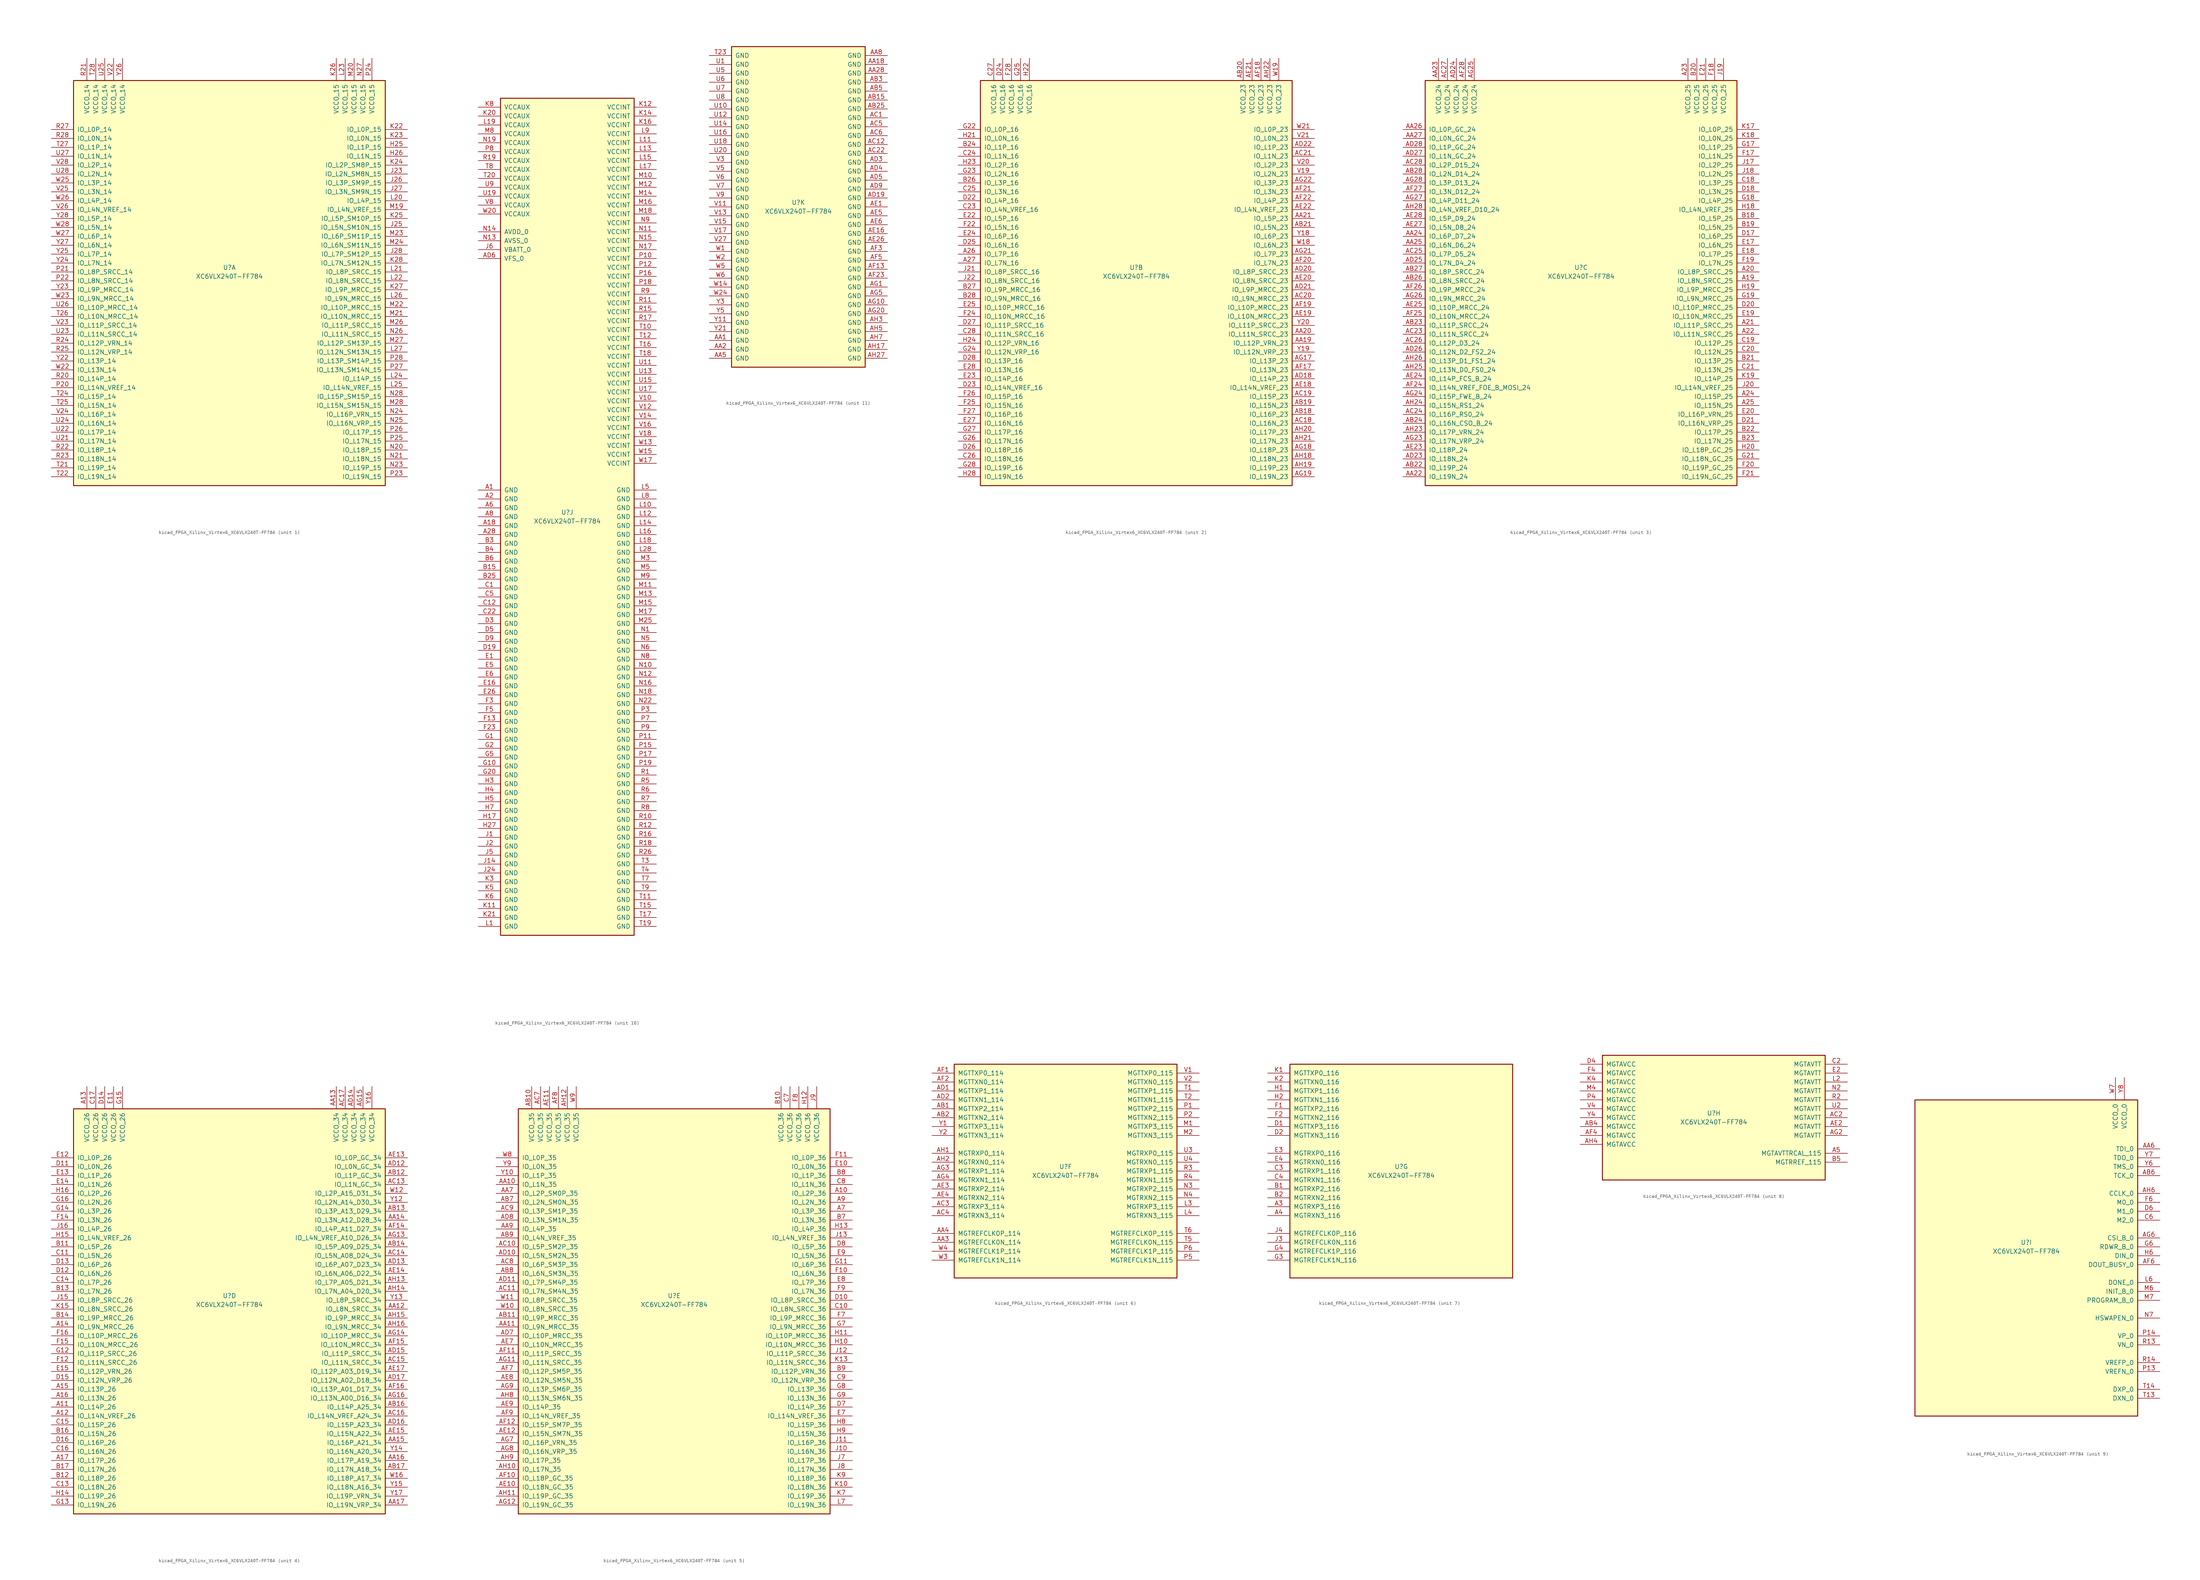
<source format=kicad_sym>
(kicad_symbol_lib
  (version 20220914)
  (generator kicad_symbol_editor)
  (symbol "kicad_FPGA_Xilinx_Virtex6_XC6VLX240T-FF784"
    (pin_names
      (offset 1.016))
    (property "Reference" "U"
      (at 0 1.27 0)
      (effects (font (size 1.27 1.27))))
    (property "Value" "XC6VLX240T-FF784"
      (at 0 -1.27 0)
      (effects (font (size 1.27 1.27))))
    (property "Datasheet" ""
      (at 0 0 0)
      (effects (font (size 1.27 1.27))))
    (property "ki_locked" ""
      (at 0 0 0)
      (effects (font (size 1.27 1.27))))
    (symbol "kicad_FPGA_Xilinx_Virtex6_XC6VLX240T-FF784_1_1"
      (rectangle (start -44.45 54.61) (end 44.45 -60.96) (stroke (width 0.254) (type default)) (fill (type background)))
      (pin bidirectional line (at 50.8 35.56 180) (length 6.35) (name "IO_L1P_15" (effects (font (size 1.27 1.27)))) (number "H25" (effects (font (size 1.27 1.27)))))
      (pin bidirectional line (at 50.8 33.02 180) (length 6.35) (name "IO_L1N_15" (effects (font (size 1.27 1.27)))) (number "H26" (effects (font (size 1.27 1.27)))))
      (pin bidirectional line (at 50.8 27.94 180) (length 6.35) (name "IO_L2N_SM8N_15" (effects (font (size 1.27 1.27)))) (number "J23" (effects (font (size 1.27 1.27)))))
      (pin bidirectional line (at 50.8 12.7 180) (length 6.35) (name "IO_L5N_SM10N_15" (effects (font (size 1.27 1.27)))) (number "J25" (effects (font (size 1.27 1.27)))))
      (pin bidirectional line (at 50.8 25.4 180) (length 6.35) (name "IO_L3P_SM9P_15" (effects (font (size 1.27 1.27)))) (number "J26" (effects (font (size 1.27 1.27)))))
      (pin bidirectional line (at 50.8 22.86 180) (length 6.35) (name "IO_L3N_SM9N_15" (effects (font (size 1.27 1.27)))) (number "J27" (effects (font (size 1.27 1.27)))))
      (pin bidirectional line (at 50.8 5.08 180) (length 6.35) (name "IO_L7P_SM12P_15" (effects (font (size 1.27 1.27)))) (number "J28" (effects (font (size 1.27 1.27)))))
      (pin bidirectional line (at 50.8 40.64 180) (length 6.35) (name "IO_L0P_15" (effects (font (size 1.27 1.27)))) (number "K22" (effects (font (size 1.27 1.27)))))
      (pin bidirectional line (at 50.8 38.1 180) (length 6.35) (name "IO_L0N_15" (effects (font (size 1.27 1.27)))) (number "K23" (effects (font (size 1.27 1.27)))))
      (pin bidirectional line (at 50.8 30.48 180) (length 6.35) (name "IO_L2P_SM8P_15" (effects (font (size 1.27 1.27)))) (number "K24" (effects (font (size 1.27 1.27)))))
      (pin bidirectional line (at 50.8 15.24 180) (length 6.35) (name "IO_L5P_SM10P_15" (effects (font (size 1.27 1.27)))) (number "K25" (effects (font (size 1.27 1.27)))))
      (pin power_in line (at 30.48 60.96 270) (length 6.35) (name "VCCO_15" (effects (font (size 1.27 1.27)))) (number "K26" (effects (font (size 1.27 1.27)))))
      (pin bidirectional line (at 50.8 -5.08 180) (length 6.35) (name "IO_L9P_MRCC_15" (effects (font (size 1.27 1.27)))) (number "K27" (effects (font (size 1.27 1.27)))))
      (pin bidirectional line (at 50.8 2.54 180) (length 6.35) (name "IO_L7N_SM12N_15" (effects (font (size 1.27 1.27)))) (number "K28" (effects (font (size 1.27 1.27)))))
      (pin bidirectional line (at 50.8 20.32 180) (length 6.35) (name "IO_L4P_15" (effects (font (size 1.27 1.27)))) (number "L20" (effects (font (size 1.27 1.27)))))
      (pin bidirectional line (at 50.8 0 180) (length 6.35) (name "IO_L8P_SRCC_15" (effects (font (size 1.27 1.27)))) (number "L21" (effects (font (size 1.27 1.27)))))
      (pin bidirectional line (at 50.8 -2.54 180) (length 6.35) (name "IO_L8N_SRCC_15" (effects (font (size 1.27 1.27)))) (number "L22" (effects (font (size 1.27 1.27)))))
      (pin power_in line (at 33.02 60.96 270) (length 6.35) (name "VCCO_15" (effects (font (size 1.27 1.27)))) (number "L23" (effects (font (size 1.27 1.27)))))
      (pin bidirectional line (at 50.8 -30.48 180) (length 6.35) (name "IO_L14P_15" (effects (font (size 1.27 1.27)))) (number "L24" (effects (font (size 1.27 1.27)))))
      (pin bidirectional line (at 50.8 -33.02 180) (length 6.35) (name "IO_L14N_VREF_15" (effects (font (size 1.27 1.27)))) (number "L25" (effects (font (size 1.27 1.27)))))
      (pin bidirectional line (at 50.8 -7.62 180) (length 6.35) (name "IO_L9N_MRCC_15" (effects (font (size 1.27 1.27)))) (number "L26" (effects (font (size 1.27 1.27)))))
      (pin bidirectional line (at 50.8 -22.86 180) (length 6.35) (name "IO_L12N_SM13N_15" (effects (font (size 1.27 1.27)))) (number "L27" (effects (font (size 1.27 1.27)))))
      (pin bidirectional line (at 50.8 17.78 180) (length 6.35) (name "IO_L4N_VREF_15" (effects (font (size 1.27 1.27)))) (number "M19" (effects (font (size 1.27 1.27)))))
      (pin power_in line (at 35.56 60.96 270) (length 6.35) (name "VCCO_15" (effects (font (size 1.27 1.27)))) (number "M20" (effects (font (size 1.27 1.27)))))
      (pin bidirectional line (at 50.8 -12.7 180) (length 6.35) (name "IO_L10N_MRCC_15" (effects (font (size 1.27 1.27)))) (number "M21" (effects (font (size 1.27 1.27)))))
      (pin bidirectional line (at 50.8 -10.16 180) (length 6.35) (name "IO_L10P_MRCC_15" (effects (font (size 1.27 1.27)))) (number "M22" (effects (font (size 1.27 1.27)))))
      (pin bidirectional line (at 50.8 10.16 180) (length 6.35) (name "IO_L6P_SM11P_15" (effects (font (size 1.27 1.27)))) (number "M23" (effects (font (size 1.27 1.27)))))
      (pin bidirectional line (at 50.8 7.62 180) (length 6.35) (name "IO_L6N_SM11N_15" (effects (font (size 1.27 1.27)))) (number "M24" (effects (font (size 1.27 1.27)))))
      (pin bidirectional line (at 50.8 -15.24 180) (length 6.35) (name "IO_L11P_SRCC_15" (effects (font (size 1.27 1.27)))) (number "M26" (effects (font (size 1.27 1.27)))))
      (pin bidirectional line (at 50.8 -20.32 180) (length 6.35) (name "IO_L12P_SM13P_15" (effects (font (size 1.27 1.27)))) (number "M27" (effects (font (size 1.27 1.27)))))
      (pin bidirectional line (at 50.8 -38.1 180) (length 6.35) (name "IO_L15N_SM15N_15" (effects (font (size 1.27 1.27)))) (number "M28" (effects (font (size 1.27 1.27)))))
      (pin bidirectional line (at 50.8 -50.8 180) (length 6.35) (name "IO_L18P_15" (effects (font (size 1.27 1.27)))) (number "N20" (effects (font (size 1.27 1.27)))))
      (pin bidirectional line (at 50.8 -53.34 180) (length 6.35) (name "IO_L18N_15" (effects (font (size 1.27 1.27)))) (number "N21" (effects (font (size 1.27 1.27)))))
      (pin bidirectional line (at 50.8 -55.88 180) (length 6.35) (name "IO_L19P_15" (effects (font (size 1.27 1.27)))) (number "N23" (effects (font (size 1.27 1.27)))))
      (pin bidirectional line (at 50.8 -40.64 180) (length 6.35) (name "IO_L16P_VRN_15" (effects (font (size 1.27 1.27)))) (number "N24" (effects (font (size 1.27 1.27)))))
      (pin bidirectional line (at 50.8 -43.18 180) (length 6.35) (name "IO_L16N_VRP_15" (effects (font (size 1.27 1.27)))) (number "N25" (effects (font (size 1.27 1.27)))))
      (pin bidirectional line (at 50.8 -17.78 180) (length 6.35) (name "IO_L11N_SRCC_15" (effects (font (size 1.27 1.27)))) (number "N26" (effects (font (size 1.27 1.27)))))
      (pin power_in line (at 38.1 60.96 270) (length 6.35) (name "VCCO_15" (effects (font (size 1.27 1.27)))) (number "N27" (effects (font (size 1.27 1.27)))))
      (pin bidirectional line (at 50.8 -35.56 180) (length 6.35) (name "IO_L15P_SM15P_15" (effects (font (size 1.27 1.27)))) (number "N28" (effects (font (size 1.27 1.27)))))
      (pin bidirectional line (at -50.8 -33.02 0) (length 6.35) (name "IO_L14N_VREF_14" (effects (font (size 1.27 1.27)))) (number "P20" (effects (font (size 1.27 1.27)))))
      (pin bidirectional line (at -50.8 0 0) (length 6.35) (name "IO_L8P_SRCC_14" (effects (font (size 1.27 1.27)))) (number "P21" (effects (font (size 1.27 1.27)))))
      (pin bidirectional line (at -50.8 -2.54 0) (length 6.35) (name "IO_L8N_SRCC_14" (effects (font (size 1.27 1.27)))) (number "P22" (effects (font (size 1.27 1.27)))))
      (pin bidirectional line (at 50.8 -58.42 180) (length 6.35) (name "IO_L19N_15" (effects (font (size 1.27 1.27)))) (number "P23" (effects (font (size 1.27 1.27)))))
      (pin power_in line (at 40.64 60.96 270) (length 6.35) (name "VCCO_15" (effects (font (size 1.27 1.27)))) (number "P24" (effects (font (size 1.27 1.27)))))
      (pin bidirectional line (at 50.8 -48.26 180) (length 6.35) (name "IO_L17N_15" (effects (font (size 1.27 1.27)))) (number "P25" (effects (font (size 1.27 1.27)))))
      (pin bidirectional line (at 50.8 -45.72 180) (length 6.35) (name "IO_L17P_15" (effects (font (size 1.27 1.27)))) (number "P26" (effects (font (size 1.27 1.27)))))
      (pin bidirectional line (at 50.8 -27.94 180) (length 6.35) (name "IO_L13N_SM14N_15" (effects (font (size 1.27 1.27)))) (number "P27" (effects (font (size 1.27 1.27)))))
      (pin bidirectional line (at 50.8 -25.4 180) (length 6.35) (name "IO_L13P_SM14P_15" (effects (font (size 1.27 1.27)))) (number "P28" (effects (font (size 1.27 1.27)))))
      (pin bidirectional line (at -50.8 -30.48 0) (length 6.35) (name "IO_L14P_14" (effects (font (size 1.27 1.27)))) (number "R20" (effects (font (size 1.27 1.27)))))
      (pin power_in line (at -40.64 60.96 270) (length 6.35) (name "VCCO_14" (effects (font (size 1.27 1.27)))) (number "R21" (effects (font (size 1.27 1.27)))))
      (pin bidirectional line (at -50.8 -50.8 0) (length 6.35) (name "IO_L18P_14" (effects (font (size 1.27 1.27)))) (number "R22" (effects (font (size 1.27 1.27)))))
      (pin bidirectional line (at -50.8 -53.34 0) (length 6.35) (name "IO_L18N_14" (effects (font (size 1.27 1.27)))) (number "R23" (effects (font (size 1.27 1.27)))))
      (pin bidirectional line (at -50.8 -20.32 0) (length 6.35) (name "IO_L12P_VRN_14" (effects (font (size 1.27 1.27)))) (number "R24" (effects (font (size 1.27 1.27)))))
      (pin bidirectional line (at -50.8 -22.86 0) (length 6.35) (name "IO_L12N_VRP_14" (effects (font (size 1.27 1.27)))) (number "R25" (effects (font (size 1.27 1.27)))))
      (pin bidirectional line (at -50.8 40.64 0) (length 6.35) (name "IO_L0P_14" (effects (font (size 1.27 1.27)))) (number "R27" (effects (font (size 1.27 1.27)))))
      (pin bidirectional line (at -50.8 38.1 0) (length 6.35) (name "IO_L0N_14" (effects (font (size 1.27 1.27)))) (number "R28" (effects (font (size 1.27 1.27)))))
      (pin bidirectional line (at -50.8 -55.88 0) (length 6.35) (name "IO_L19P_14" (effects (font (size 1.27 1.27)))) (number "T21" (effects (font (size 1.27 1.27)))))
      (pin bidirectional line (at -50.8 -58.42 0) (length 6.35) (name "IO_L19N_14" (effects (font (size 1.27 1.27)))) (number "T22" (effects (font (size 1.27 1.27)))))
      (pin bidirectional line (at -50.8 -35.56 0) (length 6.35) (name "IO_L15P_14" (effects (font (size 1.27 1.27)))) (number "T24" (effects (font (size 1.27 1.27)))))
      (pin bidirectional line (at -50.8 -38.1 0) (length 6.35) (name "IO_L15N_14" (effects (font (size 1.27 1.27)))) (number "T25" (effects (font (size 1.27 1.27)))))
      (pin bidirectional line (at -50.8 -12.7 0) (length 6.35) (name "IO_L10N_MRCC_14" (effects (font (size 1.27 1.27)))) (number "T26" (effects (font (size 1.27 1.27)))))
      (pin bidirectional line (at -50.8 35.56 0) (length 6.35) (name "IO_L1P_14" (effects (font (size 1.27 1.27)))) (number "T27" (effects (font (size 1.27 1.27)))))
      (pin power_in line (at -38.1 60.96 270) (length 6.35) (name "VCCO_14" (effects (font (size 1.27 1.27)))) (number "T28" (effects (font (size 1.27 1.27)))))
      (pin bidirectional line (at -50.8 -48.26 0) (length 6.35) (name "IO_L17N_14" (effects (font (size 1.27 1.27)))) (number "U21" (effects (font (size 1.27 1.27)))))
      (pin bidirectional line (at -50.8 -45.72 0) (length 6.35) (name "IO_L17P_14" (effects (font (size 1.27 1.27)))) (number "U22" (effects (font (size 1.27 1.27)))))
      (pin bidirectional line (at -50.8 -17.78 0) (length 6.35) (name "IO_L11N_SRCC_14" (effects (font (size 1.27 1.27)))) (number "U23" (effects (font (size 1.27 1.27)))))
      (pin bidirectional line (at -50.8 -43.18 0) (length 6.35) (name "IO_L16N_14" (effects (font (size 1.27 1.27)))) (number "U24" (effects (font (size 1.27 1.27)))))
      (pin power_in line (at -35.56 60.96 270) (length 6.35) (name "VCCO_14" (effects (font (size 1.27 1.27)))) (number "U25" (effects (font (size 1.27 1.27)))))
      (pin bidirectional line (at -50.8 -10.16 0) (length 6.35) (name "IO_L10P_MRCC_14" (effects (font (size 1.27 1.27)))) (number "U26" (effects (font (size 1.27 1.27)))))
      (pin bidirectional line (at -50.8 33.02 0) (length 6.35) (name "IO_L1N_14" (effects (font (size 1.27 1.27)))) (number "U27" (effects (font (size 1.27 1.27)))))
      (pin bidirectional line (at -50.8 27.94 0) (length 6.35) (name "IO_L2N_14" (effects (font (size 1.27 1.27)))) (number "U28" (effects (font (size 1.27 1.27)))))
      (pin power_in line (at -33.02 60.96 270) (length 6.35) (name "VCCO_14" (effects (font (size 1.27 1.27)))) (number "V22" (effects (font (size 1.27 1.27)))))
      (pin bidirectional line (at -50.8 -15.24 0) (length 6.35) (name "IO_L11P_SRCC_14" (effects (font (size 1.27 1.27)))) (number "V23" (effects (font (size 1.27 1.27)))))
      (pin bidirectional line (at -50.8 -40.64 0) (length 6.35) (name "IO_L16P_14" (effects (font (size 1.27 1.27)))) (number "V24" (effects (font (size 1.27 1.27)))))
      (pin bidirectional line (at -50.8 22.86 0) (length 6.35) (name "IO_L3N_14" (effects (font (size 1.27 1.27)))) (number "V25" (effects (font (size 1.27 1.27)))))
      (pin bidirectional line (at -50.8 17.78 0) (length 6.35) (name "IO_L4N_VREF_14" (effects (font (size 1.27 1.27)))) (number "V26" (effects (font (size 1.27 1.27)))))
      (pin bidirectional line (at -50.8 30.48 0) (length 6.35) (name "IO_L2P_14" (effects (font (size 1.27 1.27)))) (number "V28" (effects (font (size 1.27 1.27)))))
      (pin bidirectional line (at -50.8 -27.94 0) (length 6.35) (name "IO_L13N_14" (effects (font (size 1.27 1.27)))) (number "W22" (effects (font (size 1.27 1.27)))))
      (pin bidirectional line (at -50.8 -7.62 0) (length 6.35) (name "IO_L9N_MRCC_14" (effects (font (size 1.27 1.27)))) (number "W23" (effects (font (size 1.27 1.27)))))
      (pin bidirectional line (at -50.8 25.4 0) (length 6.35) (name "IO_L3P_14" (effects (font (size 1.27 1.27)))) (number "W25" (effects (font (size 1.27 1.27)))))
      (pin bidirectional line (at -50.8 20.32 0) (length 6.35) (name "IO_L4P_14" (effects (font (size 1.27 1.27)))) (number "W26" (effects (font (size 1.27 1.27)))))
      (pin bidirectional line (at -50.8 10.16 0) (length 6.35) (name "IO_L6P_14" (effects (font (size 1.27 1.27)))) (number "W27" (effects (font (size 1.27 1.27)))))
      (pin bidirectional line (at -50.8 12.7 0) (length 6.35) (name "IO_L5N_14" (effects (font (size 1.27 1.27)))) (number "W28" (effects (font (size 1.27 1.27)))))
      (pin bidirectional line (at -50.8 -25.4 0) (length 6.35) (name "IO_L13P_14" (effects (font (size 1.27 1.27)))) (number "Y22" (effects (font (size 1.27 1.27)))))
      (pin bidirectional line (at -50.8 -5.08 0) (length 6.35) (name "IO_L9P_MRCC_14" (effects (font (size 1.27 1.27)))) (number "Y23" (effects (font (size 1.27 1.27)))))
      (pin bidirectional line (at -50.8 2.54 0) (length 6.35) (name "IO_L7N_14" (effects (font (size 1.27 1.27)))) (number "Y24" (effects (font (size 1.27 1.27)))))
      (pin bidirectional line (at -50.8 5.08 0) (length 6.35) (name "IO_L7P_14" (effects (font (size 1.27 1.27)))) (number "Y25" (effects (font (size 1.27 1.27)))))
      (pin power_in line (at -30.48 60.96 270) (length 6.35) (name "VCCO_14" (effects (font (size 1.27 1.27)))) (number "Y26" (effects (font (size 1.27 1.27)))))
      (pin bidirectional line (at -50.8 7.62 0) (length 6.35) (name "IO_L6N_14" (effects (font (size 1.27 1.27)))) (number "Y27" (effects (font (size 1.27 1.27)))))
      (pin bidirectional line (at -50.8 15.24 0) (length 6.35) (name "IO_L5P_14" (effects (font (size 1.27 1.27)))) (number "Y28" (effects (font (size 1.27 1.27))))))
    (symbol "kicad_FPGA_Xilinx_Virtex6_XC6VLX240T-FF784_2_1"
      (rectangle (start -44.45 54.61) (end 44.45 -60.96) (stroke (width 0.254) (type default)) (fill (type background)))
      (pin bidirectional line (at -50.8 5.08 0) (length 6.35) (name "IO_L7P_16" (effects (font (size 1.27 1.27)))) (number "A26" (effects (font (size 1.27 1.27)))))
      (pin bidirectional line (at -50.8 2.54 0) (length 6.35) (name "IO_L7N_16" (effects (font (size 1.27 1.27)))) (number "A27" (effects (font (size 1.27 1.27)))))
      (pin bidirectional line (at 50.8 -20.32 180) (length 6.35) (name "IO_L12P_VRN_23" (effects (font (size 1.27 1.27)))) (number "AA19" (effects (font (size 1.27 1.27)))))
      (pin bidirectional line (at 50.8 -17.78 180) (length 6.35) (name "IO_L11N_SRCC_23" (effects (font (size 1.27 1.27)))) (number "AA20" (effects (font (size 1.27 1.27)))))
      (pin bidirectional line (at 50.8 15.24 180) (length 6.35) (name "IO_L5P_23" (effects (font (size 1.27 1.27)))) (number "AA21" (effects (font (size 1.27 1.27)))))
      (pin bidirectional line (at 50.8 -40.64 180) (length 6.35) (name "IO_L16P_23" (effects (font (size 1.27 1.27)))) (number "AB18" (effects (font (size 1.27 1.27)))))
      (pin bidirectional line (at 50.8 -38.1 180) (length 6.35) (name "IO_L15N_23" (effects (font (size 1.27 1.27)))) (number "AB19" (effects (font (size 1.27 1.27)))))
      (pin power_in line (at 30.48 60.96 270) (length 6.35) (name "VCCO_23" (effects (font (size 1.27 1.27)))) (number "AB20" (effects (font (size 1.27 1.27)))))
      (pin bidirectional line (at 50.8 12.7 180) (length 6.35) (name "IO_L5N_23" (effects (font (size 1.27 1.27)))) (number "AB21" (effects (font (size 1.27 1.27)))))
      (pin bidirectional line (at 50.8 -43.18 180) (length 6.35) (name "IO_L16N_23" (effects (font (size 1.27 1.27)))) (number "AC18" (effects (font (size 1.27 1.27)))))
      (pin bidirectional line (at 50.8 -35.56 180) (length 6.35) (name "IO_L15P_23" (effects (font (size 1.27 1.27)))) (number "AC19" (effects (font (size 1.27 1.27)))))
      (pin bidirectional line (at 50.8 -7.62 180) (length 6.35) (name "IO_L9N_MRCC_23" (effects (font (size 1.27 1.27)))) (number "AC20" (effects (font (size 1.27 1.27)))))
      (pin bidirectional line (at 50.8 33.02 180) (length 6.35) (name "IO_L1N_23" (effects (font (size 1.27 1.27)))) (number "AC21" (effects (font (size 1.27 1.27)))))
      (pin bidirectional line (at 50.8 -30.48 180) (length 6.35) (name "IO_L14P_23" (effects (font (size 1.27 1.27)))) (number "AD18" (effects (font (size 1.27 1.27)))))
      (pin bidirectional line (at 50.8 0 180) (length 6.35) (name "IO_L8P_SRCC_23" (effects (font (size 1.27 1.27)))) (number "AD20" (effects (font (size 1.27 1.27)))))
      (pin bidirectional line (at 50.8 -5.08 180) (length 6.35) (name "IO_L9P_MRCC_23" (effects (font (size 1.27 1.27)))) (number "AD21" (effects (font (size 1.27 1.27)))))
      (pin bidirectional line (at 50.8 35.56 180) (length 6.35) (name "IO_L1P_23" (effects (font (size 1.27 1.27)))) (number "AD22" (effects (font (size 1.27 1.27)))))
      (pin bidirectional line (at 50.8 -33.02 180) (length 6.35) (name "IO_L14N_VREF_23" (effects (font (size 1.27 1.27)))) (number "AE18" (effects (font (size 1.27 1.27)))))
      (pin bidirectional line (at 50.8 -12.7 180) (length 6.35) (name "IO_L10N_MRCC_23" (effects (font (size 1.27 1.27)))) (number "AE19" (effects (font (size 1.27 1.27)))))
      (pin bidirectional line (at 50.8 -2.54 180) (length 6.35) (name "IO_L8N_SRCC_23" (effects (font (size 1.27 1.27)))) (number "AE20" (effects (font (size 1.27 1.27)))))
      (pin power_in line (at 33.02 60.96 270) (length 6.35) (name "VCCO_23" (effects (font (size 1.27 1.27)))) (number "AE21" (effects (font (size 1.27 1.27)))))
      (pin bidirectional line (at 50.8 17.78 180) (length 6.35) (name "IO_L4N_VREF_23" (effects (font (size 1.27 1.27)))) (number "AE22" (effects (font (size 1.27 1.27)))))
      (pin bidirectional line (at 50.8 -27.94 180) (length 6.35) (name "IO_L13N_23" (effects (font (size 1.27 1.27)))) (number "AF17" (effects (font (size 1.27 1.27)))))
      (pin power_in line (at 35.56 60.96 270) (length 6.35) (name "VCCO_23" (effects (font (size 1.27 1.27)))) (number "AF18" (effects (font (size 1.27 1.27)))))
      (pin bidirectional line (at 50.8 -10.16 180) (length 6.35) (name "IO_L10P_MRCC_23" (effects (font (size 1.27 1.27)))) (number "AF19" (effects (font (size 1.27 1.27)))))
      (pin bidirectional line (at 50.8 2.54 180) (length 6.35) (name "IO_L7N_23" (effects (font (size 1.27 1.27)))) (number "AF20" (effects (font (size 1.27 1.27)))))
      (pin bidirectional line (at 50.8 22.86 180) (length 6.35) (name "IO_L3N_23" (effects (font (size 1.27 1.27)))) (number "AF21" (effects (font (size 1.27 1.27)))))
      (pin bidirectional line (at 50.8 20.32 180) (length 6.35) (name "IO_L4P_23" (effects (font (size 1.27 1.27)))) (number "AF22" (effects (font (size 1.27 1.27)))))
      (pin bidirectional line (at 50.8 -25.4 180) (length 6.35) (name "IO_L13P_23" (effects (font (size 1.27 1.27)))) (number "AG17" (effects (font (size 1.27 1.27)))))
      (pin bidirectional line (at 50.8 -50.8 180) (length 6.35) (name "IO_L18P_23" (effects (font (size 1.27 1.27)))) (number "AG18" (effects (font (size 1.27 1.27)))))
      (pin bidirectional line (at 50.8 -58.42 180) (length 6.35) (name "IO_L19N_23" (effects (font (size 1.27 1.27)))) (number "AG19" (effects (font (size 1.27 1.27)))))
      (pin bidirectional line (at 50.8 5.08 180) (length 6.35) (name "IO_L7P_23" (effects (font (size 1.27 1.27)))) (number "AG21" (effects (font (size 1.27 1.27)))))
      (pin bidirectional line (at 50.8 25.4 180) (length 6.35) (name "IO_L3P_23" (effects (font (size 1.27 1.27)))) (number "AG22" (effects (font (size 1.27 1.27)))))
      (pin bidirectional line (at 50.8 -53.34 180) (length 6.35) (name "IO_L18N_23" (effects (font (size 1.27 1.27)))) (number "AH18" (effects (font (size 1.27 1.27)))))
      (pin bidirectional line (at 50.8 -55.88 180) (length 6.35) (name "IO_L19P_23" (effects (font (size 1.27 1.27)))) (number "AH19" (effects (font (size 1.27 1.27)))))
      (pin bidirectional line (at 50.8 -45.72 180) (length 6.35) (name "IO_L17P_23" (effects (font (size 1.27 1.27)))) (number "AH20" (effects (font (size 1.27 1.27)))))
      (pin bidirectional line (at 50.8 -48.26 180) (length 6.35) (name "IO_L17N_23" (effects (font (size 1.27 1.27)))) (number "AH21" (effects (font (size 1.27 1.27)))))
      (pin power_in line (at 38.1 60.96 270) (length 6.35) (name "VCCO_23" (effects (font (size 1.27 1.27)))) (number "AH22" (effects (font (size 1.27 1.27)))))
      (pin bidirectional line (at -50.8 35.56 0) (length 6.35) (name "IO_L1P_16" (effects (font (size 1.27 1.27)))) (number "B24" (effects (font (size 1.27 1.27)))))
      (pin bidirectional line (at -50.8 25.4 0) (length 6.35) (name "IO_L3P_16" (effects (font (size 1.27 1.27)))) (number "B26" (effects (font (size 1.27 1.27)))))
      (pin bidirectional line (at -50.8 -5.08 0) (length 6.35) (name "IO_L9P_MRCC_16" (effects (font (size 1.27 1.27)))) (number "B27" (effects (font (size 1.27 1.27)))))
      (pin bidirectional line (at -50.8 -7.62 0) (length 6.35) (name "IO_L9N_MRCC_16" (effects (font (size 1.27 1.27)))) (number "B28" (effects (font (size 1.27 1.27)))))
      (pin bidirectional line (at -50.8 17.78 0) (length 6.35) (name "IO_L4N_VREF_16" (effects (font (size 1.27 1.27)))) (number "C23" (effects (font (size 1.27 1.27)))))
      (pin bidirectional line (at -50.8 33.02 0) (length 6.35) (name "IO_L1N_16" (effects (font (size 1.27 1.27)))) (number "C24" (effects (font (size 1.27 1.27)))))
      (pin bidirectional line (at -50.8 22.86 0) (length 6.35) (name "IO_L3N_16" (effects (font (size 1.27 1.27)))) (number "C25" (effects (font (size 1.27 1.27)))))
      (pin bidirectional line (at -50.8 -53.34 0) (length 6.35) (name "IO_L18N_16" (effects (font (size 1.27 1.27)))) (number "C26" (effects (font (size 1.27 1.27)))))
      (pin power_in line (at -40.64 60.96 270) (length 6.35) (name "VCCO_16" (effects (font (size 1.27 1.27)))) (number "C27" (effects (font (size 1.27 1.27)))))
      (pin bidirectional line (at -50.8 -17.78 0) (length 6.35) (name "IO_L11N_SRCC_16" (effects (font (size 1.27 1.27)))) (number "C28" (effects (font (size 1.27 1.27)))))
      (pin bidirectional line (at -50.8 20.32 0) (length 6.35) (name "IO_L4P_16" (effects (font (size 1.27 1.27)))) (number "D22" (effects (font (size 1.27 1.27)))))
      (pin bidirectional line (at -50.8 -33.02 0) (length 6.35) (name "IO_L14N_VREF_16" (effects (font (size 1.27 1.27)))) (number "D23" (effects (font (size 1.27 1.27)))))
      (pin power_in line (at -38.1 60.96 270) (length 6.35) (name "VCCO_16" (effects (font (size 1.27 1.27)))) (number "D24" (effects (font (size 1.27 1.27)))))
      (pin bidirectional line (at -50.8 7.62 0) (length 6.35) (name "IO_L6N_16" (effects (font (size 1.27 1.27)))) (number "D25" (effects (font (size 1.27 1.27)))))
      (pin bidirectional line (at -50.8 -50.8 0) (length 6.35) (name "IO_L18P_16" (effects (font (size 1.27 1.27)))) (number "D26" (effects (font (size 1.27 1.27)))))
      (pin bidirectional line (at -50.8 -15.24 0) (length 6.35) (name "IO_L11P_SRCC_16" (effects (font (size 1.27 1.27)))) (number "D27" (effects (font (size 1.27 1.27)))))
      (pin bidirectional line (at -50.8 -25.4 0) (length 6.35) (name "IO_L13P_16" (effects (font (size 1.27 1.27)))) (number "D28" (effects (font (size 1.27 1.27)))))
      (pin bidirectional line (at -50.8 15.24 0) (length 6.35) (name "IO_L5P_16" (effects (font (size 1.27 1.27)))) (number "E22" (effects (font (size 1.27 1.27)))))
      (pin bidirectional line (at -50.8 -30.48 0) (length 6.35) (name "IO_L14P_16" (effects (font (size 1.27 1.27)))) (number "E23" (effects (font (size 1.27 1.27)))))
      (pin bidirectional line (at -50.8 10.16 0) (length 6.35) (name "IO_L6P_16" (effects (font (size 1.27 1.27)))) (number "E24" (effects (font (size 1.27 1.27)))))
      (pin bidirectional line (at -50.8 -10.16 0) (length 6.35) (name "IO_L10P_MRCC_16" (effects (font (size 1.27 1.27)))) (number "E25" (effects (font (size 1.27 1.27)))))
      (pin bidirectional line (at -50.8 -43.18 0) (length 6.35) (name "IO_L16N_16" (effects (font (size 1.27 1.27)))) (number "E27" (effects (font (size 1.27 1.27)))))
      (pin bidirectional line (at -50.8 -27.94 0) (length 6.35) (name "IO_L13N_16" (effects (font (size 1.27 1.27)))) (number "E28" (effects (font (size 1.27 1.27)))))
      (pin bidirectional line (at -50.8 12.7 0) (length 6.35) (name "IO_L5N_16" (effects (font (size 1.27 1.27)))) (number "F22" (effects (font (size 1.27 1.27)))))
      (pin bidirectional line (at -50.8 -12.7 0) (length 6.35) (name "IO_L10N_MRCC_16" (effects (font (size 1.27 1.27)))) (number "F24" (effects (font (size 1.27 1.27)))))
      (pin bidirectional line (at -50.8 -38.1 0) (length 6.35) (name "IO_L15N_16" (effects (font (size 1.27 1.27)))) (number "F25" (effects (font (size 1.27 1.27)))))
      (pin bidirectional line (at -50.8 -35.56 0) (length 6.35) (name "IO_L15P_16" (effects (font (size 1.27 1.27)))) (number "F26" (effects (font (size 1.27 1.27)))))
      (pin bidirectional line (at -50.8 -40.64 0) (length 6.35) (name "IO_L16P_16" (effects (font (size 1.27 1.27)))) (number "F27" (effects (font (size 1.27 1.27)))))
      (pin power_in line (at -35.56 60.96 270) (length 6.35) (name "VCCO_16" (effects (font (size 1.27 1.27)))) (number "F28" (effects (font (size 1.27 1.27)))))
      (pin bidirectional line (at -50.8 40.64 0) (length 6.35) (name "IO_L0P_16" (effects (font (size 1.27 1.27)))) (number "G22" (effects (font (size 1.27 1.27)))))
      (pin bidirectional line (at -50.8 27.94 0) (length 6.35) (name "IO_L2N_16" (effects (font (size 1.27 1.27)))) (number "G23" (effects (font (size 1.27 1.27)))))
      (pin bidirectional line (at -50.8 -22.86 0) (length 6.35) (name "IO_L12N_VRP_16" (effects (font (size 1.27 1.27)))) (number "G24" (effects (font (size 1.27 1.27)))))
      (pin power_in line (at -33.02 60.96 270) (length 6.35) (name "VCCO_16" (effects (font (size 1.27 1.27)))) (number "G25" (effects (font (size 1.27 1.27)))))
      (pin bidirectional line (at -50.8 -48.26 0) (length 6.35) (name "IO_L17N_16" (effects (font (size 1.27 1.27)))) (number "G26" (effects (font (size 1.27 1.27)))))
      (pin bidirectional line (at -50.8 -45.72 0) (length 6.35) (name "IO_L17P_16" (effects (font (size 1.27 1.27)))) (number "G27" (effects (font (size 1.27 1.27)))))
      (pin bidirectional line (at -50.8 -55.88 0) (length 6.35) (name "IO_L19P_16" (effects (font (size 1.27 1.27)))) (number "G28" (effects (font (size 1.27 1.27)))))
      (pin bidirectional line (at -50.8 38.1 0) (length 6.35) (name "IO_L0N_16" (effects (font (size 1.27 1.27)))) (number "H21" (effects (font (size 1.27 1.27)))))
      (pin power_in line (at -30.48 60.96 270) (length 6.35) (name "VCCO_16" (effects (font (size 1.27 1.27)))) (number "H22" (effects (font (size 1.27 1.27)))))
      (pin bidirectional line (at -50.8 30.48 0) (length 6.35) (name "IO_L2P_16" (effects (font (size 1.27 1.27)))) (number "H23" (effects (font (size 1.27 1.27)))))
      (pin bidirectional line (at -50.8 -20.32 0) (length 6.35) (name "IO_L12P_VRN_16" (effects (font (size 1.27 1.27)))) (number "H24" (effects (font (size 1.27 1.27)))))
      (pin bidirectional line (at -50.8 -58.42 0) (length 6.35) (name "IO_L19N_16" (effects (font (size 1.27 1.27)))) (number "H28" (effects (font (size 1.27 1.27)))))
      (pin bidirectional line (at -50.8 0 0) (length 6.35) (name "IO_L8P_SRCC_16" (effects (font (size 1.27 1.27)))) (number "J21" (effects (font (size 1.27 1.27)))))
      (pin bidirectional line (at -50.8 -2.54 0) (length 6.35) (name "IO_L8N_SRCC_16" (effects (font (size 1.27 1.27)))) (number "J22" (effects (font (size 1.27 1.27)))))
      (pin bidirectional line (at 50.8 27.94 180) (length 6.35) (name "IO_L2N_23" (effects (font (size 1.27 1.27)))) (number "V19" (effects (font (size 1.27 1.27)))))
      (pin bidirectional line (at 50.8 30.48 180) (length 6.35) (name "IO_L2P_23" (effects (font (size 1.27 1.27)))) (number "V20" (effects (font (size 1.27 1.27)))))
      (pin bidirectional line (at 50.8 38.1 180) (length 6.35) (name "IO_L0N_23" (effects (font (size 1.27 1.27)))) (number "V21" (effects (font (size 1.27 1.27)))))
      (pin bidirectional line (at 50.8 7.62 180) (length 6.35) (name "IO_L6N_23" (effects (font (size 1.27 1.27)))) (number "W18" (effects (font (size 1.27 1.27)))))
      (pin power_in line (at 40.64 60.96 270) (length 6.35) (name "VCCO_23" (effects (font (size 1.27 1.27)))) (number "W19" (effects (font (size 1.27 1.27)))))
      (pin bidirectional line (at 50.8 40.64 180) (length 6.35) (name "IO_L0P_23" (effects (font (size 1.27 1.27)))) (number "W21" (effects (font (size 1.27 1.27)))))
      (pin bidirectional line (at 50.8 10.16 180) (length 6.35) (name "IO_L6P_23" (effects (font (size 1.27 1.27)))) (number "Y18" (effects (font (size 1.27 1.27)))))
      (pin bidirectional line (at 50.8 -22.86 180) (length 6.35) (name "IO_L12N_VRP_23" (effects (font (size 1.27 1.27)))) (number "Y19" (effects (font (size 1.27 1.27)))))
      (pin bidirectional line (at 50.8 -15.24 180) (length 6.35) (name "IO_L11P_SRCC_23" (effects (font (size 1.27 1.27)))) (number "Y20" (effects (font (size 1.27 1.27))))))
    (symbol "kicad_FPGA_Xilinx_Virtex6_XC6VLX240T-FF784_3_1"
      (rectangle (start -44.45 54.61) (end 44.45 -60.96) (stroke (width 0.254) (type default)) (fill (type background)))
      (pin bidirectional line (at 50.8 -2.54 180) (length 6.35) (name "IO_L8N_SRCC_25" (effects (font (size 1.27 1.27)))) (number "A19" (effects (font (size 1.27 1.27)))))
      (pin bidirectional line (at 50.8 0 180) (length 6.35) (name "IO_L8P_SRCC_25" (effects (font (size 1.27 1.27)))) (number "A20" (effects (font (size 1.27 1.27)))))
      (pin bidirectional line (at 50.8 -15.24 180) (length 6.35) (name "IO_L11P_SRCC_25" (effects (font (size 1.27 1.27)))) (number "A21" (effects (font (size 1.27 1.27)))))
      (pin bidirectional line (at 50.8 -17.78 180) (length 6.35) (name "IO_L11N_SRCC_25" (effects (font (size 1.27 1.27)))) (number "A22" (effects (font (size 1.27 1.27)))))
      (pin power_in line (at 30.48 60.96 270) (length 6.35) (name "VCCO_25" (effects (font (size 1.27 1.27)))) (number "A23" (effects (font (size 1.27 1.27)))))
      (pin bidirectional line (at 50.8 -35.56 180) (length 6.35) (name "IO_L15P_25" (effects (font (size 1.27 1.27)))) (number "A24" (effects (font (size 1.27 1.27)))))
      (pin bidirectional line (at 50.8 -38.1 180) (length 6.35) (name "IO_L15N_25" (effects (font (size 1.27 1.27)))) (number "A25" (effects (font (size 1.27 1.27)))))
      (pin bidirectional line (at -50.8 -58.42 0) (length 6.35) (name "IO_L19N_24" (effects (font (size 1.27 1.27)))) (number "AA22" (effects (font (size 1.27 1.27)))))
      (pin power_in line (at -40.64 60.96 270) (length 6.35) (name "VCCO_24" (effects (font (size 1.27 1.27)))) (number "AA23" (effects (font (size 1.27 1.27)))))
      (pin bidirectional line (at -50.8 10.16 0) (length 6.35) (name "IO_L6P_D7_24" (effects (font (size 1.27 1.27)))) (number "AA24" (effects (font (size 1.27 1.27)))))
      (pin bidirectional line (at -50.8 7.62 0) (length 6.35) (name "IO_L6N_D6_24" (effects (font (size 1.27 1.27)))) (number "AA25" (effects (font (size 1.27 1.27)))))
      (pin bidirectional line (at -50.8 40.64 0) (length 6.35) (name "IO_L0P_GC_24" (effects (font (size 1.27 1.27)))) (number "AA26" (effects (font (size 1.27 1.27)))))
      (pin bidirectional line (at -50.8 38.1 0) (length 6.35) (name "IO_L0N_GC_24" (effects (font (size 1.27 1.27)))) (number "AA27" (effects (font (size 1.27 1.27)))))
      (pin bidirectional line (at -50.8 -55.88 0) (length 6.35) (name "IO_L19P_24" (effects (font (size 1.27 1.27)))) (number "AB22" (effects (font (size 1.27 1.27)))))
      (pin bidirectional line (at -50.8 -15.24 0) (length 6.35) (name "IO_L11P_SRCC_24" (effects (font (size 1.27 1.27)))) (number "AB23" (effects (font (size 1.27 1.27)))))
      (pin bidirectional line (at -50.8 -43.18 0) (length 6.35) (name "IO_L16N_CSO_B_24" (effects (font (size 1.27 1.27)))) (number "AB24" (effects (font (size 1.27 1.27)))))
      (pin bidirectional line (at -50.8 -2.54 0) (length 6.35) (name "IO_L8N_SRCC_24" (effects (font (size 1.27 1.27)))) (number "AB26" (effects (font (size 1.27 1.27)))))
      (pin bidirectional line (at -50.8 0 0) (length 6.35) (name "IO_L8P_SRCC_24" (effects (font (size 1.27 1.27)))) (number "AB27" (effects (font (size 1.27 1.27)))))
      (pin bidirectional line (at -50.8 27.94 0) (length 6.35) (name "IO_L2N_D14_24" (effects (font (size 1.27 1.27)))) (number "AB28" (effects (font (size 1.27 1.27)))))
      (pin bidirectional line (at -50.8 -17.78 0) (length 6.35) (name "IO_L11N_SRCC_24" (effects (font (size 1.27 1.27)))) (number "AC23" (effects (font (size 1.27 1.27)))))
      (pin bidirectional line (at -50.8 -40.64 0) (length 6.35) (name "IO_L16P_RS0_24" (effects (font (size 1.27 1.27)))) (number "AC24" (effects (font (size 1.27 1.27)))))
      (pin bidirectional line (at -50.8 5.08 0) (length 6.35) (name "IO_L7P_D5_24" (effects (font (size 1.27 1.27)))) (number "AC25" (effects (font (size 1.27 1.27)))))
      (pin bidirectional line (at -50.8 -20.32 0) (length 6.35) (name "IO_L12P_D3_24" (effects (font (size 1.27 1.27)))) (number "AC26" (effects (font (size 1.27 1.27)))))
      (pin power_in line (at -38.1 60.96 270) (length 6.35) (name "VCCO_24" (effects (font (size 1.27 1.27)))) (number "AC27" (effects (font (size 1.27 1.27)))))
      (pin bidirectional line (at -50.8 30.48 0) (length 6.35) (name "IO_L2P_D15_24" (effects (font (size 1.27 1.27)))) (number "AC28" (effects (font (size 1.27 1.27)))))
      (pin bidirectional line (at -50.8 -53.34 0) (length 6.35) (name "IO_L18N_24" (effects (font (size 1.27 1.27)))) (number "AD23" (effects (font (size 1.27 1.27)))))
      (pin power_in line (at -35.56 60.96 270) (length 6.35) (name "VCCO_24" (effects (font (size 1.27 1.27)))) (number "AD24" (effects (font (size 1.27 1.27)))))
      (pin bidirectional line (at -50.8 2.54 0) (length 6.35) (name "IO_L7N_D4_24" (effects (font (size 1.27 1.27)))) (number "AD25" (effects (font (size 1.27 1.27)))))
      (pin bidirectional line (at -50.8 -22.86 0) (length 6.35) (name "IO_L12N_D2_FS2_24" (effects (font (size 1.27 1.27)))) (number "AD26" (effects (font (size 1.27 1.27)))))
      (pin bidirectional line (at -50.8 33.02 0) (length 6.35) (name "IO_L1N_GC_24" (effects (font (size 1.27 1.27)))) (number "AD27" (effects (font (size 1.27 1.27)))))
      (pin bidirectional line (at -50.8 35.56 0) (length 6.35) (name "IO_L1P_GC_24" (effects (font (size 1.27 1.27)))) (number "AD28" (effects (font (size 1.27 1.27)))))
      (pin bidirectional line (at -50.8 -50.8 0) (length 6.35) (name "IO_L18P_24" (effects (font (size 1.27 1.27)))) (number "AE23" (effects (font (size 1.27 1.27)))))
      (pin bidirectional line (at -50.8 -30.48 0) (length 6.35) (name "IO_L14P_FCS_B_24" (effects (font (size 1.27 1.27)))) (number "AE24" (effects (font (size 1.27 1.27)))))
      (pin bidirectional line (at -50.8 -10.16 0) (length 6.35) (name "IO_L10P_MRCC_24" (effects (font (size 1.27 1.27)))) (number "AE25" (effects (font (size 1.27 1.27)))))
      (pin bidirectional line (at -50.8 12.7 0) (length 6.35) (name "IO_L5N_D8_24" (effects (font (size 1.27 1.27)))) (number "AE27" (effects (font (size 1.27 1.27)))))
      (pin bidirectional line (at -50.8 15.24 0) (length 6.35) (name "IO_L5P_D9_24" (effects (font (size 1.27 1.27)))) (number "AE28" (effects (font (size 1.27 1.27)))))
      (pin bidirectional line (at -50.8 -33.02 0) (length 6.35) (name "IO_L14N_VREF_FOE_B_MOSI_24" (effects (font (size 1.27 1.27)))) (number "AF24" (effects (font (size 1.27 1.27)))))
      (pin bidirectional line (at -50.8 -12.7 0) (length 6.35) (name "IO_L10N_MRCC_24" (effects (font (size 1.27 1.27)))) (number "AF25" (effects (font (size 1.27 1.27)))))
      (pin bidirectional line (at -50.8 -5.08 0) (length 6.35) (name "IO_L9P_MRCC_24" (effects (font (size 1.27 1.27)))) (number "AF26" (effects (font (size 1.27 1.27)))))
      (pin bidirectional line (at -50.8 22.86 0) (length 6.35) (name "IO_L3N_D12_24" (effects (font (size 1.27 1.27)))) (number "AF27" (effects (font (size 1.27 1.27)))))
      (pin power_in line (at -33.02 60.96 270) (length 6.35) (name "VCCO_24" (effects (font (size 1.27 1.27)))) (number "AF28" (effects (font (size 1.27 1.27)))))
      (pin bidirectional line (at -50.8 -48.26 0) (length 6.35) (name "IO_L17N_VRP_24" (effects (font (size 1.27 1.27)))) (number "AG23" (effects (font (size 1.27 1.27)))))
      (pin bidirectional line (at -50.8 -35.56 0) (length 6.35) (name "IO_L15P_FWE_B_24" (effects (font (size 1.27 1.27)))) (number "AG24" (effects (font (size 1.27 1.27)))))
      (pin power_in line (at -30.48 60.96 270) (length 6.35) (name "VCCO_24" (effects (font (size 1.27 1.27)))) (number "AG25" (effects (font (size 1.27 1.27)))))
      (pin bidirectional line (at -50.8 -7.62 0) (length 6.35) (name "IO_L9N_MRCC_24" (effects (font (size 1.27 1.27)))) (number "AG26" (effects (font (size 1.27 1.27)))))
      (pin bidirectional line (at -50.8 20.32 0) (length 6.35) (name "IO_L4P_D11_24" (effects (font (size 1.27 1.27)))) (number "AG27" (effects (font (size 1.27 1.27)))))
      (pin bidirectional line (at -50.8 25.4 0) (length 6.35) (name "IO_L3P_D13_24" (effects (font (size 1.27 1.27)))) (number "AG28" (effects (font (size 1.27 1.27)))))
      (pin bidirectional line (at -50.8 -45.72 0) (length 6.35) (name "IO_L17P_VRN_24" (effects (font (size 1.27 1.27)))) (number "AH23" (effects (font (size 1.27 1.27)))))
      (pin bidirectional line (at -50.8 -38.1 0) (length 6.35) (name "IO_L15N_RS1_24" (effects (font (size 1.27 1.27)))) (number "AH24" (effects (font (size 1.27 1.27)))))
      (pin bidirectional line (at -50.8 -27.94 0) (length 6.35) (name "IO_L13N_D0_FS0_24" (effects (font (size 1.27 1.27)))) (number "AH25" (effects (font (size 1.27 1.27)))))
      (pin bidirectional line (at -50.8 -25.4 0) (length 6.35) (name "IO_L13P_D1_FS1_24" (effects (font (size 1.27 1.27)))) (number "AH26" (effects (font (size 1.27 1.27)))))
      (pin bidirectional line (at -50.8 17.78 0) (length 6.35) (name "IO_L4N_VREF_D10_24" (effects (font (size 1.27 1.27)))) (number "AH28" (effects (font (size 1.27 1.27)))))
      (pin bidirectional line (at 50.8 15.24 180) (length 6.35) (name "IO_L5P_25" (effects (font (size 1.27 1.27)))) (number "B18" (effects (font (size 1.27 1.27)))))
      (pin bidirectional line (at 50.8 12.7 180) (length 6.35) (name "IO_L5N_25" (effects (font (size 1.27 1.27)))) (number "B19" (effects (font (size 1.27 1.27)))))
      (pin power_in line (at 33.02 60.96 270) (length 6.35) (name "VCCO_25" (effects (font (size 1.27 1.27)))) (number "B20" (effects (font (size 1.27 1.27)))))
      (pin bidirectional line (at 50.8 -25.4 180) (length 6.35) (name "IO_L13P_25" (effects (font (size 1.27 1.27)))) (number "B21" (effects (font (size 1.27 1.27)))))
      (pin bidirectional line (at 50.8 -45.72 180) (length 6.35) (name "IO_L17P_25" (effects (font (size 1.27 1.27)))) (number "B22" (effects (font (size 1.27 1.27)))))
      (pin bidirectional line (at 50.8 -48.26 180) (length 6.35) (name "IO_L17N_25" (effects (font (size 1.27 1.27)))) (number "B23" (effects (font (size 1.27 1.27)))))
      (pin bidirectional line (at 50.8 25.4 180) (length 6.35) (name "IO_L3P_25" (effects (font (size 1.27 1.27)))) (number "C18" (effects (font (size 1.27 1.27)))))
      (pin bidirectional line (at 50.8 -20.32 180) (length 6.35) (name "IO_L12P_25" (effects (font (size 1.27 1.27)))) (number "C19" (effects (font (size 1.27 1.27)))))
      (pin bidirectional line (at 50.8 -22.86 180) (length 6.35) (name "IO_L12N_25" (effects (font (size 1.27 1.27)))) (number "C20" (effects (font (size 1.27 1.27)))))
      (pin bidirectional line (at 50.8 -27.94 180) (length 6.35) (name "IO_L13N_25" (effects (font (size 1.27 1.27)))) (number "C21" (effects (font (size 1.27 1.27)))))
      (pin bidirectional line (at 50.8 10.16 180) (length 6.35) (name "IO_L6P_25" (effects (font (size 1.27 1.27)))) (number "D17" (effects (font (size 1.27 1.27)))))
      (pin bidirectional line (at 50.8 22.86 180) (length 6.35) (name "IO_L3N_25" (effects (font (size 1.27 1.27)))) (number "D18" (effects (font (size 1.27 1.27)))))
      (pin bidirectional line (at 50.8 -10.16 180) (length 6.35) (name "IO_L10P_MRCC_25" (effects (font (size 1.27 1.27)))) (number "D20" (effects (font (size 1.27 1.27)))))
      (pin bidirectional line (at 50.8 -43.18 180) (length 6.35) (name "IO_L16N_VRP_25" (effects (font (size 1.27 1.27)))) (number "D21" (effects (font (size 1.27 1.27)))))
      (pin bidirectional line (at 50.8 7.62 180) (length 6.35) (name "IO_L6N_25" (effects (font (size 1.27 1.27)))) (number "E17" (effects (font (size 1.27 1.27)))))
      (pin bidirectional line (at 50.8 5.08 180) (length 6.35) (name "IO_L7P_25" (effects (font (size 1.27 1.27)))) (number "E18" (effects (font (size 1.27 1.27)))))
      (pin bidirectional line (at 50.8 -12.7 180) (length 6.35) (name "IO_L10N_MRCC_25" (effects (font (size 1.27 1.27)))) (number "E19" (effects (font (size 1.27 1.27)))))
      (pin bidirectional line (at 50.8 -40.64 180) (length 6.35) (name "IO_L16P_VRN_25" (effects (font (size 1.27 1.27)))) (number "E20" (effects (font (size 1.27 1.27)))))
      (pin power_in line (at 35.56 60.96 270) (length 6.35) (name "VCCO_25" (effects (font (size 1.27 1.27)))) (number "E21" (effects (font (size 1.27 1.27)))))
      (pin bidirectional line (at 50.8 33.02 180) (length 6.35) (name "IO_L1N_25" (effects (font (size 1.27 1.27)))) (number "F17" (effects (font (size 1.27 1.27)))))
      (pin power_in line (at 38.1 60.96 270) (length 6.35) (name "VCCO_25" (effects (font (size 1.27 1.27)))) (number "F18" (effects (font (size 1.27 1.27)))))
      (pin bidirectional line (at 50.8 2.54 180) (length 6.35) (name "IO_L7N_25" (effects (font (size 1.27 1.27)))) (number "F19" (effects (font (size 1.27 1.27)))))
      (pin bidirectional line (at 50.8 -55.88 180) (length 6.35) (name "IO_L19P_GC_25" (effects (font (size 1.27 1.27)))) (number "F20" (effects (font (size 1.27 1.27)))))
      (pin bidirectional line (at 50.8 -58.42 180) (length 6.35) (name "IO_L19N_GC_25" (effects (font (size 1.27 1.27)))) (number "F21" (effects (font (size 1.27 1.27)))))
      (pin bidirectional line (at 50.8 35.56 180) (length 6.35) (name "IO_L1P_25" (effects (font (size 1.27 1.27)))) (number "G17" (effects (font (size 1.27 1.27)))))
      (pin bidirectional line (at 50.8 20.32 180) (length 6.35) (name "IO_L4P_25" (effects (font (size 1.27 1.27)))) (number "G18" (effects (font (size 1.27 1.27)))))
      (pin bidirectional line (at 50.8 -7.62 180) (length 6.35) (name "IO_L9N_MRCC_25" (effects (font (size 1.27 1.27)))) (number "G19" (effects (font (size 1.27 1.27)))))
      (pin bidirectional line (at 50.8 -53.34 180) (length 6.35) (name "IO_L18N_GC_25" (effects (font (size 1.27 1.27)))) (number "G21" (effects (font (size 1.27 1.27)))))
      (pin bidirectional line (at 50.8 17.78 180) (length 6.35) (name "IO_L4N_VREF_25" (effects (font (size 1.27 1.27)))) (number "H18" (effects (font (size 1.27 1.27)))))
      (pin bidirectional line (at 50.8 -5.08 180) (length 6.35) (name "IO_L9P_MRCC_25" (effects (font (size 1.27 1.27)))) (number "H19" (effects (font (size 1.27 1.27)))))
      (pin bidirectional line (at 50.8 -50.8 180) (length 6.35) (name "IO_L18P_GC_25" (effects (font (size 1.27 1.27)))) (number "H20" (effects (font (size 1.27 1.27)))))
      (pin bidirectional line (at 50.8 30.48 180) (length 6.35) (name "IO_L2P_25" (effects (font (size 1.27 1.27)))) (number "J17" (effects (font (size 1.27 1.27)))))
      (pin bidirectional line (at 50.8 27.94 180) (length 6.35) (name "IO_L2N_25" (effects (font (size 1.27 1.27)))) (number "J18" (effects (font (size 1.27 1.27)))))
      (pin power_in line (at 40.64 60.96 270) (length 6.35) (name "VCCO_25" (effects (font (size 1.27 1.27)))) (number "J19" (effects (font (size 1.27 1.27)))))
      (pin bidirectional line (at 50.8 -33.02 180) (length 6.35) (name "IO_L14N_VREF_25" (effects (font (size 1.27 1.27)))) (number "J20" (effects (font (size 1.27 1.27)))))
      (pin bidirectional line (at 50.8 40.64 180) (length 6.35) (name "IO_L0P_25" (effects (font (size 1.27 1.27)))) (number "K17" (effects (font (size 1.27 1.27)))))
      (pin bidirectional line (at 50.8 38.1 180) (length 6.35) (name "IO_L0N_25" (effects (font (size 1.27 1.27)))) (number "K18" (effects (font (size 1.27 1.27)))))
      (pin bidirectional line (at 50.8 -30.48 180) (length 6.35) (name "IO_L14P_25" (effects (font (size 1.27 1.27)))) (number "K19" (effects (font (size 1.27 1.27))))))
    (symbol "kicad_FPGA_Xilinx_Virtex6_XC6VLX240T-FF784_4_1"
      (rectangle (start -44.45 54.61) (end 44.45 -60.96) (stroke (width 0.254) (type default)) (fill (type background)))
      (pin bidirectional line (at -50.8 -30.48 0) (length 6.35) (name "IO_L14P_26" (effects (font (size 1.27 1.27)))) (number "A11" (effects (font (size 1.27 1.27)))))
      (pin bidirectional line (at -50.8 -33.02 0) (length 6.35) (name "IO_L14N_VREF_26" (effects (font (size 1.27 1.27)))) (number "A12" (effects (font (size 1.27 1.27)))))
      (pin power_in line (at -40.64 60.96 270) (length 6.35) (name "VCCO_26" (effects (font (size 1.27 1.27)))) (number "A13" (effects (font (size 1.27 1.27)))))
      (pin bidirectional line (at -50.8 -7.62 0) (length 6.35) (name "IO_L9N_MRCC_26" (effects (font (size 1.27 1.27)))) (number "A14" (effects (font (size 1.27 1.27)))))
      (pin bidirectional line (at -50.8 -25.4 0) (length 6.35) (name "IO_L13P_26" (effects (font (size 1.27 1.27)))) (number "A15" (effects (font (size 1.27 1.27)))))
      (pin bidirectional line (at -50.8 -27.94 0) (length 6.35) (name "IO_L13N_26" (effects (font (size 1.27 1.27)))) (number "A16" (effects (font (size 1.27 1.27)))))
      (pin bidirectional line (at -50.8 -45.72 0) (length 6.35) (name "IO_L17P_26" (effects (font (size 1.27 1.27)))) (number "A17" (effects (font (size 1.27 1.27)))))
      (pin bidirectional line (at 50.8 -2.54 180) (length 6.35) (name "IO_L8N_SRCC_34" (effects (font (size 1.27 1.27)))) (number "AA12" (effects (font (size 1.27 1.27)))))
      (pin power_in line (at 30.48 60.96 270) (length 6.35) (name "VCCO_34" (effects (font (size 1.27 1.27)))) (number "AA13" (effects (font (size 1.27 1.27)))))
      (pin bidirectional line (at 50.8 22.86 180) (length 6.35) (name "IO_L3N_A12_D28_34" (effects (font (size 1.27 1.27)))) (number "AA14" (effects (font (size 1.27 1.27)))))
      (pin bidirectional line (at 50.8 -40.64 180) (length 6.35) (name "IO_L16P_A21_34" (effects (font (size 1.27 1.27)))) (number "AA15" (effects (font (size 1.27 1.27)))))
      (pin bidirectional line (at 50.8 -45.72 180) (length 6.35) (name "IO_L17P_A19_34" (effects (font (size 1.27 1.27)))) (number "AA16" (effects (font (size 1.27 1.27)))))
      (pin bidirectional line (at 50.8 -58.42 180) (length 6.35) (name "IO_L19N_VRP_34" (effects (font (size 1.27 1.27)))) (number "AA17" (effects (font (size 1.27 1.27)))))
      (pin bidirectional line (at 50.8 35.56 180) (length 6.35) (name "IO_L1P_GC_34" (effects (font (size 1.27 1.27)))) (number "AB12" (effects (font (size 1.27 1.27)))))
      (pin bidirectional line (at 50.8 25.4 180) (length 6.35) (name "IO_L3P_A13_D29_34" (effects (font (size 1.27 1.27)))) (number "AB13" (effects (font (size 1.27 1.27)))))
      (pin bidirectional line (at 50.8 15.24 180) (length 6.35) (name "IO_L5P_A09_D25_34" (effects (font (size 1.27 1.27)))) (number "AB14" (effects (font (size 1.27 1.27)))))
      (pin bidirectional line (at 50.8 -30.48 180) (length 6.35) (name "IO_L14P_A25_34" (effects (font (size 1.27 1.27)))) (number "AB16" (effects (font (size 1.27 1.27)))))
      (pin bidirectional line (at 50.8 -48.26 180) (length 6.35) (name "IO_L17N_A18_34" (effects (font (size 1.27 1.27)))) (number "AB17" (effects (font (size 1.27 1.27)))))
      (pin bidirectional line (at 50.8 33.02 180) (length 6.35) (name "IO_L1N_GC_34" (effects (font (size 1.27 1.27)))) (number "AC13" (effects (font (size 1.27 1.27)))))
      (pin bidirectional line (at 50.8 12.7 180) (length 6.35) (name "IO_L5N_A08_D24_34" (effects (font (size 1.27 1.27)))) (number "AC14" (effects (font (size 1.27 1.27)))))
      (pin bidirectional line (at 50.8 -17.78 180) (length 6.35) (name "IO_L11N_SRCC_34" (effects (font (size 1.27 1.27)))) (number "AC15" (effects (font (size 1.27 1.27)))))
      (pin bidirectional line (at 50.8 -33.02 180) (length 6.35) (name "IO_L14N_VREF_A24_34" (effects (font (size 1.27 1.27)))) (number "AC16" (effects (font (size 1.27 1.27)))))
      (pin power_in line (at 33.02 60.96 270) (length 6.35) (name "VCCO_34" (effects (font (size 1.27 1.27)))) (number "AC17" (effects (font (size 1.27 1.27)))))
      (pin bidirectional line (at 50.8 38.1 180) (length 6.35) (name "IO_L0N_GC_34" (effects (font (size 1.27 1.27)))) (number "AD12" (effects (font (size 1.27 1.27)))))
      (pin bidirectional line (at 50.8 10.16 180) (length 6.35) (name "IO_L6P_A07_D23_34" (effects (font (size 1.27 1.27)))) (number "AD13" (effects (font (size 1.27 1.27)))))
      (pin power_in line (at 35.56 60.96 270) (length 6.35) (name "VCCO_34" (effects (font (size 1.27 1.27)))) (number "AD14" (effects (font (size 1.27 1.27)))))
      (pin bidirectional line (at 50.8 -15.24 180) (length 6.35) (name "IO_L11P_SRCC_34" (effects (font (size 1.27 1.27)))) (number "AD15" (effects (font (size 1.27 1.27)))))
      (pin bidirectional line (at 50.8 -35.56 180) (length 6.35) (name "IO_L15P_A23_34" (effects (font (size 1.27 1.27)))) (number "AD16" (effects (font (size 1.27 1.27)))))
      (pin bidirectional line (at 50.8 -22.86 180) (length 6.35) (name "IO_L12N_A02_D18_34" (effects (font (size 1.27 1.27)))) (number "AD17" (effects (font (size 1.27 1.27)))))
      (pin bidirectional line (at 50.8 40.64 180) (length 6.35) (name "IO_L0P_GC_34" (effects (font (size 1.27 1.27)))) (number "AE13" (effects (font (size 1.27 1.27)))))
      (pin bidirectional line (at 50.8 7.62 180) (length 6.35) (name "IO_L6N_A06_D22_34" (effects (font (size 1.27 1.27)))) (number "AE14" (effects (font (size 1.27 1.27)))))
      (pin bidirectional line (at 50.8 -38.1 180) (length 6.35) (name "IO_L15N_A22_34" (effects (font (size 1.27 1.27)))) (number "AE15" (effects (font (size 1.27 1.27)))))
      (pin bidirectional line (at 50.8 -20.32 180) (length 6.35) (name "IO_L12P_A03_D19_34" (effects (font (size 1.27 1.27)))) (number "AE17" (effects (font (size 1.27 1.27)))))
      (pin bidirectional line (at 50.8 20.32 180) (length 6.35) (name "IO_L4P_A11_D27_34" (effects (font (size 1.27 1.27)))) (number "AF14" (effects (font (size 1.27 1.27)))))
      (pin bidirectional line (at 50.8 -12.7 180) (length 6.35) (name "IO_L10N_MRCC_34" (effects (font (size 1.27 1.27)))) (number "AF15" (effects (font (size 1.27 1.27)))))
      (pin bidirectional line (at 50.8 -25.4 180) (length 6.35) (name "IO_L13P_A01_D17_34" (effects (font (size 1.27 1.27)))) (number "AF16" (effects (font (size 1.27 1.27)))))
      (pin bidirectional line (at 50.8 17.78 180) (length 6.35) (name "IO_L4N_VREF_A10_D26_34" (effects (font (size 1.27 1.27)))) (number "AG13" (effects (font (size 1.27 1.27)))))
      (pin bidirectional line (at 50.8 -10.16 180) (length 6.35) (name "IO_L10P_MRCC_34" (effects (font (size 1.27 1.27)))) (number "AG14" (effects (font (size 1.27 1.27)))))
      (pin power_in line (at 38.1 60.96 270) (length 6.35) (name "VCCO_34" (effects (font (size 1.27 1.27)))) (number "AG15" (effects (font (size 1.27 1.27)))))
      (pin bidirectional line (at 50.8 -27.94 180) (length 6.35) (name "IO_L13N_A00_D16_34" (effects (font (size 1.27 1.27)))) (number "AG16" (effects (font (size 1.27 1.27)))))
      (pin bidirectional line (at 50.8 5.08 180) (length 6.35) (name "IO_L7P_A05_D21_34" (effects (font (size 1.27 1.27)))) (number "AH13" (effects (font (size 1.27 1.27)))))
      (pin bidirectional line (at 50.8 2.54 180) (length 6.35) (name "IO_L7N_A04_D20_34" (effects (font (size 1.27 1.27)))) (number "AH14" (effects (font (size 1.27 1.27)))))
      (pin bidirectional line (at 50.8 -5.08 180) (length 6.35) (name "IO_L9P_MRCC_34" (effects (font (size 1.27 1.27)))) (number "AH15" (effects (font (size 1.27 1.27)))))
      (pin bidirectional line (at 50.8 -7.62 180) (length 6.35) (name "IO_L9N_MRCC_34" (effects (font (size 1.27 1.27)))) (number "AH16" (effects (font (size 1.27 1.27)))))
      (pin bidirectional line (at -50.8 15.24 0) (length 6.35) (name "IO_L5P_26" (effects (font (size 1.27 1.27)))) (number "B11" (effects (font (size 1.27 1.27)))))
      (pin bidirectional line (at -50.8 -50.8 0) (length 6.35) (name "IO_L18P_26" (effects (font (size 1.27 1.27)))) (number "B12" (effects (font (size 1.27 1.27)))))
      (pin bidirectional line (at -50.8 2.54 0) (length 6.35) (name "IO_L7N_26" (effects (font (size 1.27 1.27)))) (number "B13" (effects (font (size 1.27 1.27)))))
      (pin bidirectional line (at -50.8 -5.08 0) (length 6.35) (name "IO_L9P_MRCC_26" (effects (font (size 1.27 1.27)))) (number "B14" (effects (font (size 1.27 1.27)))))
      (pin bidirectional line (at -50.8 -38.1 0) (length 6.35) (name "IO_L15N_26" (effects (font (size 1.27 1.27)))) (number "B16" (effects (font (size 1.27 1.27)))))
      (pin bidirectional line (at -50.8 -48.26 0) (length 6.35) (name "IO_L17N_26" (effects (font (size 1.27 1.27)))) (number "B17" (effects (font (size 1.27 1.27)))))
      (pin bidirectional line (at -50.8 12.7 0) (length 6.35) (name "IO_L5N_26" (effects (font (size 1.27 1.27)))) (number "C11" (effects (font (size 1.27 1.27)))))
      (pin bidirectional line (at -50.8 -53.34 0) (length 6.35) (name "IO_L18N_26" (effects (font (size 1.27 1.27)))) (number "C13" (effects (font (size 1.27 1.27)))))
      (pin bidirectional line (at -50.8 5.08 0) (length 6.35) (name "IO_L7P_26" (effects (font (size 1.27 1.27)))) (number "C14" (effects (font (size 1.27 1.27)))))
      (pin bidirectional line (at -50.8 -35.56 0) (length 6.35) (name "IO_L15P_26" (effects (font (size 1.27 1.27)))) (number "C15" (effects (font (size 1.27 1.27)))))
      (pin bidirectional line (at -50.8 -43.18 0) (length 6.35) (name "IO_L16N_26" (effects (font (size 1.27 1.27)))) (number "C16" (effects (font (size 1.27 1.27)))))
      (pin power_in line (at -38.1 60.96 270) (length 6.35) (name "VCCO_26" (effects (font (size 1.27 1.27)))) (number "C17" (effects (font (size 1.27 1.27)))))
      (pin bidirectional line (at -50.8 38.1 0) (length 6.35) (name "IO_L0N_26" (effects (font (size 1.27 1.27)))) (number "D11" (effects (font (size 1.27 1.27)))))
      (pin bidirectional line (at -50.8 7.62 0) (length 6.35) (name "IO_L6N_26" (effects (font (size 1.27 1.27)))) (number "D12" (effects (font (size 1.27 1.27)))))
      (pin bidirectional line (at -50.8 10.16 0) (length 6.35) (name "IO_L6P_26" (effects (font (size 1.27 1.27)))) (number "D13" (effects (font (size 1.27 1.27)))))
      (pin power_in line (at -35.56 60.96 270) (length 6.35) (name "VCCO_26" (effects (font (size 1.27 1.27)))) (number "D14" (effects (font (size 1.27 1.27)))))
      (pin bidirectional line (at -50.8 -22.86 0) (length 6.35) (name "IO_L12N_VRP_26" (effects (font (size 1.27 1.27)))) (number "D15" (effects (font (size 1.27 1.27)))))
      (pin bidirectional line (at -50.8 -40.64 0) (length 6.35) (name "IO_L16P_26" (effects (font (size 1.27 1.27)))) (number "D16" (effects (font (size 1.27 1.27)))))
      (pin power_in line (at -33.02 60.96 270) (length 6.35) (name "VCCO_26" (effects (font (size 1.27 1.27)))) (number "E11" (effects (font (size 1.27 1.27)))))
      (pin bidirectional line (at -50.8 40.64 0) (length 6.35) (name "IO_L0P_26" (effects (font (size 1.27 1.27)))) (number "E12" (effects (font (size 1.27 1.27)))))
      (pin bidirectional line (at -50.8 35.56 0) (length 6.35) (name "IO_L1P_26" (effects (font (size 1.27 1.27)))) (number "E13" (effects (font (size 1.27 1.27)))))
      (pin bidirectional line (at -50.8 33.02 0) (length 6.35) (name "IO_L1N_26" (effects (font (size 1.27 1.27)))) (number "E14" (effects (font (size 1.27 1.27)))))
      (pin bidirectional line (at -50.8 -20.32 0) (length 6.35) (name "IO_L12P_VRN_26" (effects (font (size 1.27 1.27)))) (number "E15" (effects (font (size 1.27 1.27)))))
      (pin bidirectional line (at -50.8 -17.78 0) (length 6.35) (name "IO_L11N_SRCC_26" (effects (font (size 1.27 1.27)))) (number "F12" (effects (font (size 1.27 1.27)))))
      (pin bidirectional line (at -50.8 22.86 0) (length 6.35) (name "IO_L3N_26" (effects (font (size 1.27 1.27)))) (number "F14" (effects (font (size 1.27 1.27)))))
      (pin bidirectional line (at -50.8 -12.7 0) (length 6.35) (name "IO_L10N_MRCC_26" (effects (font (size 1.27 1.27)))) (number "F15" (effects (font (size 1.27 1.27)))))
      (pin bidirectional line (at -50.8 -10.16 0) (length 6.35) (name "IO_L10P_MRCC_26" (effects (font (size 1.27 1.27)))) (number "F16" (effects (font (size 1.27 1.27)))))
      (pin bidirectional line (at -50.8 -15.24 0) (length 6.35) (name "IO_L11P_SRCC_26" (effects (font (size 1.27 1.27)))) (number "G12" (effects (font (size 1.27 1.27)))))
      (pin bidirectional line (at -50.8 -58.42 0) (length 6.35) (name "IO_L19N_26" (effects (font (size 1.27 1.27)))) (number "G13" (effects (font (size 1.27 1.27)))))
      (pin bidirectional line (at -50.8 25.4 0) (length 6.35) (name "IO_L3P_26" (effects (font (size 1.27 1.27)))) (number "G14" (effects (font (size 1.27 1.27)))))
      (pin power_in line (at -30.48 60.96 270) (length 6.35) (name "VCCO_26" (effects (font (size 1.27 1.27)))) (number "G15" (effects (font (size 1.27 1.27)))))
      (pin bidirectional line (at -50.8 27.94 0) (length 6.35) (name "IO_L2N_26" (effects (font (size 1.27 1.27)))) (number "G16" (effects (font (size 1.27 1.27)))))
      (pin bidirectional line (at -50.8 -55.88 0) (length 6.35) (name "IO_L19P_26" (effects (font (size 1.27 1.27)))) (number "H14" (effects (font (size 1.27 1.27)))))
      (pin bidirectional line (at -50.8 17.78 0) (length 6.35) (name "IO_L4N_VREF_26" (effects (font (size 1.27 1.27)))) (number "H15" (effects (font (size 1.27 1.27)))))
      (pin bidirectional line (at -50.8 30.48 0) (length 6.35) (name "IO_L2P_26" (effects (font (size 1.27 1.27)))) (number "H16" (effects (font (size 1.27 1.27)))))
      (pin bidirectional line (at -50.8 0 0) (length 6.35) (name "IO_L8P_SRCC_26" (effects (font (size 1.27 1.27)))) (number "J15" (effects (font (size 1.27 1.27)))))
      (pin bidirectional line (at -50.8 20.32 0) (length 6.35) (name "IO_L4P_26" (effects (font (size 1.27 1.27)))) (number "J16" (effects (font (size 1.27 1.27)))))
      (pin bidirectional line (at -50.8 -2.54 0) (length 6.35) (name "IO_L8N_SRCC_26" (effects (font (size 1.27 1.27)))) (number "K15" (effects (font (size 1.27 1.27)))))
      (pin bidirectional line (at 50.8 30.48 180) (length 6.35) (name "IO_L2P_A15_D31_34" (effects (font (size 1.27 1.27)))) (number "W12" (effects (font (size 1.27 1.27)))))
      (pin bidirectional line (at 50.8 -50.8 180) (length 6.35) (name "IO_L18P_A17_34" (effects (font (size 1.27 1.27)))) (number "W16" (effects (font (size 1.27 1.27)))))
      (pin bidirectional line (at 50.8 27.94 180) (length 6.35) (name "IO_L2N_A14_D30_34" (effects (font (size 1.27 1.27)))) (number "Y12" (effects (font (size 1.27 1.27)))))
      (pin bidirectional line (at 50.8 0 180) (length 6.35) (name "IO_L8P_SRCC_34" (effects (font (size 1.27 1.27)))) (number "Y13" (effects (font (size 1.27 1.27)))))
      (pin bidirectional line (at 50.8 -43.18 180) (length 6.35) (name "IO_L16N_A20_34" (effects (font (size 1.27 1.27)))) (number "Y14" (effects (font (size 1.27 1.27)))))
      (pin bidirectional line (at 50.8 -53.34 180) (length 6.35) (name "IO_L18N_A16_34" (effects (font (size 1.27 1.27)))) (number "Y15" (effects (font (size 1.27 1.27)))))
      (pin power_in line (at 40.64 60.96 270) (length 6.35) (name "VCCO_34" (effects (font (size 1.27 1.27)))) (number "Y16" (effects (font (size 1.27 1.27)))))
      (pin bidirectional line (at 50.8 -55.88 180) (length 6.35) (name "IO_L19P_VRN_34" (effects (font (size 1.27 1.27)))) (number "Y17" (effects (font (size 1.27 1.27))))))
    (symbol "kicad_FPGA_Xilinx_Virtex6_XC6VLX240T-FF784_5_1"
      (rectangle (start -44.45 54.61) (end 44.45 -60.96) (stroke (width 0.254) (type default)) (fill (type background)))
      (pin bidirectional line (at 50.8 30.48 180) (length 6.35) (name "IO_L2P_36" (effects (font (size 1.27 1.27)))) (number "A10" (effects (font (size 1.27 1.27)))))
      (pin bidirectional line (at 50.8 25.4 180) (length 6.35) (name "IO_L3P_36" (effects (font (size 1.27 1.27)))) (number "A7" (effects (font (size 1.27 1.27)))))
      (pin bidirectional line (at 50.8 27.94 180) (length 6.35) (name "IO_L2N_36" (effects (font (size 1.27 1.27)))) (number "A9" (effects (font (size 1.27 1.27)))))
      (pin bidirectional line (at -50.8 33.02 0) (length 6.35) (name "IO_L1N_35" (effects (font (size 1.27 1.27)))) (number "AA10" (effects (font (size 1.27 1.27)))))
      (pin bidirectional line (at -50.8 -7.62 0) (length 6.35) (name "IO_L9N_MRCC_35" (effects (font (size 1.27 1.27)))) (number "AA11" (effects (font (size 1.27 1.27)))))
      (pin bidirectional line (at -50.8 30.48 0) (length 6.35) (name "IO_L2P_SM0P_35" (effects (font (size 1.27 1.27)))) (number "AA7" (effects (font (size 1.27 1.27)))))
      (pin bidirectional line (at -50.8 20.32 0) (length 6.35) (name "IO_L4P_35" (effects (font (size 1.27 1.27)))) (number "AA9" (effects (font (size 1.27 1.27)))))
      (pin power_in line (at -40.64 60.96 270) (length 6.35) (name "VCCO_35" (effects (font (size 1.27 1.27)))) (number "AB10" (effects (font (size 1.27 1.27)))))
      (pin bidirectional line (at -50.8 -5.08 0) (length 6.35) (name "IO_L9P_MRCC_35" (effects (font (size 1.27 1.27)))) (number "AB11" (effects (font (size 1.27 1.27)))))
      (pin bidirectional line (at -50.8 27.94 0) (length 6.35) (name "IO_L2N_SM0N_35" (effects (font (size 1.27 1.27)))) (number "AB7" (effects (font (size 1.27 1.27)))))
      (pin bidirectional line (at -50.8 7.62 0) (length 6.35) (name "IO_L6N_SM3N_35" (effects (font (size 1.27 1.27)))) (number "AB8" (effects (font (size 1.27 1.27)))))
      (pin bidirectional line (at -50.8 17.78 0) (length 6.35) (name "IO_L4N_VREF_35" (effects (font (size 1.27 1.27)))) (number "AB9" (effects (font (size 1.27 1.27)))))
      (pin bidirectional line (at -50.8 15.24 0) (length 6.35) (name "IO_L5P_SM2P_35" (effects (font (size 1.27 1.27)))) (number "AC10" (effects (font (size 1.27 1.27)))))
      (pin bidirectional line (at -50.8 2.54 0) (length 6.35) (name "IO_L7N_SM4N_35" (effects (font (size 1.27 1.27)))) (number "AC11" (effects (font (size 1.27 1.27)))))
      (pin power_in line (at -38.1 60.96 270) (length 6.35) (name "VCCO_35" (effects (font (size 1.27 1.27)))) (number "AC7" (effects (font (size 1.27 1.27)))))
      (pin bidirectional line (at -50.8 10.16 0) (length 6.35) (name "IO_L6P_SM3P_35" (effects (font (size 1.27 1.27)))) (number "AC8" (effects (font (size 1.27 1.27)))))
      (pin bidirectional line (at -50.8 25.4 0) (length 6.35) (name "IO_L3P_SM1P_35" (effects (font (size 1.27 1.27)))) (number "AC9" (effects (font (size 1.27 1.27)))))
      (pin bidirectional line (at -50.8 12.7 0) (length 6.35) (name "IO_L5N_SM2N_35" (effects (font (size 1.27 1.27)))) (number "AD10" (effects (font (size 1.27 1.27)))))
      (pin bidirectional line (at -50.8 5.08 0) (length 6.35) (name "IO_L7P_SM4P_35" (effects (font (size 1.27 1.27)))) (number "AD11" (effects (font (size 1.27 1.27)))))
      (pin bidirectional line (at -50.8 -10.16 0) (length 6.35) (name "IO_L10P_MRCC_35" (effects (font (size 1.27 1.27)))) (number "AD7" (effects (font (size 1.27 1.27)))))
      (pin bidirectional line (at -50.8 22.86 0) (length 6.35) (name "IO_L3N_SM1N_35" (effects (font (size 1.27 1.27)))) (number "AD8" (effects (font (size 1.27 1.27)))))
      (pin bidirectional line (at -50.8 -53.34 0) (length 6.35) (name "IO_L18N_GC_35" (effects (font (size 1.27 1.27)))) (number "AE10" (effects (font (size 1.27 1.27)))))
      (pin power_in line (at -35.56 60.96 270) (length 6.35) (name "VCCO_35" (effects (font (size 1.27 1.27)))) (number "AE11" (effects (font (size 1.27 1.27)))))
      (pin bidirectional line (at -50.8 -38.1 0) (length 6.35) (name "IO_L15N_SM7N_35" (effects (font (size 1.27 1.27)))) (number "AE12" (effects (font (size 1.27 1.27)))))
      (pin bidirectional line (at -50.8 -12.7 0) (length 6.35) (name "IO_L10N_MRCC_35" (effects (font (size 1.27 1.27)))) (number "AE7" (effects (font (size 1.27 1.27)))))
      (pin bidirectional line (at -50.8 -22.86 0) (length 6.35) (name "IO_L12N_SM5N_35" (effects (font (size 1.27 1.27)))) (number "AE8" (effects (font (size 1.27 1.27)))))
      (pin bidirectional line (at -50.8 -30.48 0) (length 6.35) (name "IO_L14P_35" (effects (font (size 1.27 1.27)))) (number "AE9" (effects (font (size 1.27 1.27)))))
      (pin bidirectional line (at -50.8 -50.8 0) (length 6.35) (name "IO_L18P_GC_35" (effects (font (size 1.27 1.27)))) (number "AF10" (effects (font (size 1.27 1.27)))))
      (pin bidirectional line (at -50.8 -15.24 0) (length 6.35) (name "IO_L11P_SRCC_35" (effects (font (size 1.27 1.27)))) (number "AF11" (effects (font (size 1.27 1.27)))))
      (pin bidirectional line (at -50.8 -35.56 0) (length 6.35) (name "IO_L15P_SM7P_35" (effects (font (size 1.27 1.27)))) (number "AF12" (effects (font (size 1.27 1.27)))))
      (pin bidirectional line (at -50.8 -20.32 0) (length 6.35) (name "IO_L12P_SM5P_35" (effects (font (size 1.27 1.27)))) (number "AF7" (effects (font (size 1.27 1.27)))))
      (pin power_in line (at -33.02 60.96 270) (length 6.35) (name "VCCO_35" (effects (font (size 1.27 1.27)))) (number "AF8" (effects (font (size 1.27 1.27)))))
      (pin bidirectional line (at -50.8 -33.02 0) (length 6.35) (name "IO_L14N_VREF_35" (effects (font (size 1.27 1.27)))) (number "AF9" (effects (font (size 1.27 1.27)))))
      (pin bidirectional line (at -50.8 -17.78 0) (length 6.35) (name "IO_L11N_SRCC_35" (effects (font (size 1.27 1.27)))) (number "AG11" (effects (font (size 1.27 1.27)))))
      (pin bidirectional line (at -50.8 -58.42 0) (length 6.35) (name "IO_L19N_GC_35" (effects (font (size 1.27 1.27)))) (number "AG12" (effects (font (size 1.27 1.27)))))
      (pin bidirectional line (at -50.8 -40.64 0) (length 6.35) (name "IO_L16P_VRN_35" (effects (font (size 1.27 1.27)))) (number "AG7" (effects (font (size 1.27 1.27)))))
      (pin bidirectional line (at -50.8 -43.18 0) (length 6.35) (name "IO_L16N_VRP_35" (effects (font (size 1.27 1.27)))) (number "AG8" (effects (font (size 1.27 1.27)))))
      (pin bidirectional line (at -50.8 -25.4 0) (length 6.35) (name "IO_L13P_SM6P_35" (effects (font (size 1.27 1.27)))) (number "AG9" (effects (font (size 1.27 1.27)))))
      (pin bidirectional line (at -50.8 -48.26 0) (length 6.35) (name "IO_L17N_35" (effects (font (size 1.27 1.27)))) (number "AH10" (effects (font (size 1.27 1.27)))))
      (pin bidirectional line (at -50.8 -55.88 0) (length 6.35) (name "IO_L19P_GC_35" (effects (font (size 1.27 1.27)))) (number "AH11" (effects (font (size 1.27 1.27)))))
      (pin power_in line (at -30.48 60.96 270) (length 6.35) (name "VCCO_35" (effects (font (size 1.27 1.27)))) (number "AH12" (effects (font (size 1.27 1.27)))))
      (pin bidirectional line (at -50.8 -27.94 0) (length 6.35) (name "IO_L13N_SM6N_35" (effects (font (size 1.27 1.27)))) (number "AH8" (effects (font (size 1.27 1.27)))))
      (pin bidirectional line (at -50.8 -45.72 0) (length 6.35) (name "IO_L17P_35" (effects (font (size 1.27 1.27)))) (number "AH9" (effects (font (size 1.27 1.27)))))
      (pin power_in line (at 30.48 60.96 270) (length 6.35) (name "VCCO_36" (effects (font (size 1.27 1.27)))) (number "B10" (effects (font (size 1.27 1.27)))))
      (pin bidirectional line (at 50.8 22.86 180) (length 6.35) (name "IO_L3N_36" (effects (font (size 1.27 1.27)))) (number "B7" (effects (font (size 1.27 1.27)))))
      (pin bidirectional line (at 50.8 35.56 180) (length 6.35) (name "IO_L1P_36" (effects (font (size 1.27 1.27)))) (number "B8" (effects (font (size 1.27 1.27)))))
      (pin bidirectional line (at 50.8 -20.32 180) (length 6.35) (name "IO_L12P_VRN_36" (effects (font (size 1.27 1.27)))) (number "B9" (effects (font (size 1.27 1.27)))))
      (pin bidirectional line (at 50.8 -2.54 180) (length 6.35) (name "IO_L8N_SRCC_36" (effects (font (size 1.27 1.27)))) (number "C10" (effects (font (size 1.27 1.27)))))
      (pin power_in line (at 33.02 60.96 270) (length 6.35) (name "VCCO_36" (effects (font (size 1.27 1.27)))) (number "C7" (effects (font (size 1.27 1.27)))))
      (pin bidirectional line (at 50.8 33.02 180) (length 6.35) (name "IO_L1N_36" (effects (font (size 1.27 1.27)))) (number "C8" (effects (font (size 1.27 1.27)))))
      (pin bidirectional line (at 50.8 -22.86 180) (length 6.35) (name "IO_L12N_VRP_36" (effects (font (size 1.27 1.27)))) (number "C9" (effects (font (size 1.27 1.27)))))
      (pin bidirectional line (at 50.8 0 180) (length 6.35) (name "IO_L8P_SRCC_36" (effects (font (size 1.27 1.27)))) (number "D10" (effects (font (size 1.27 1.27)))))
      (pin bidirectional line (at 50.8 -30.48 180) (length 6.35) (name "IO_L14P_36" (effects (font (size 1.27 1.27)))) (number "D7" (effects (font (size 1.27 1.27)))))
      (pin bidirectional line (at 50.8 15.24 180) (length 6.35) (name "IO_L5P_36" (effects (font (size 1.27 1.27)))) (number "D8" (effects (font (size 1.27 1.27)))))
      (pin bidirectional line (at 50.8 38.1 180) (length 6.35) (name "IO_L0N_36" (effects (font (size 1.27 1.27)))) (number "E10" (effects (font (size 1.27 1.27)))))
      (pin bidirectional line (at 50.8 -33.02 180) (length 6.35) (name "IO_L14N_VREF_36" (effects (font (size 1.27 1.27)))) (number "E7" (effects (font (size 1.27 1.27)))))
      (pin bidirectional line (at 50.8 5.08 180) (length 6.35) (name "IO_L7P_36" (effects (font (size 1.27 1.27)))) (number "E8" (effects (font (size 1.27 1.27)))))
      (pin bidirectional line (at 50.8 12.7 180) (length 6.35) (name "IO_L5N_36" (effects (font (size 1.27 1.27)))) (number "E9" (effects (font (size 1.27 1.27)))))
      (pin bidirectional line (at 50.8 7.62 180) (length 6.35) (name "IO_L6N_36" (effects (font (size 1.27 1.27)))) (number "F10" (effects (font (size 1.27 1.27)))))
      (pin bidirectional line (at 50.8 40.64 180) (length 6.35) (name "IO_L0P_36" (effects (font (size 1.27 1.27)))) (number "F11" (effects (font (size 1.27 1.27)))))
      (pin bidirectional line (at 50.8 -5.08 180) (length 6.35) (name "IO_L9P_MRCC_36" (effects (font (size 1.27 1.27)))) (number "F7" (effects (font (size 1.27 1.27)))))
      (pin power_in line (at 35.56 60.96 270) (length 6.35) (name "VCCO_36" (effects (font (size 1.27 1.27)))) (number "F8" (effects (font (size 1.27 1.27)))))
      (pin bidirectional line (at 50.8 2.54 180) (length 6.35) (name "IO_L7N_36" (effects (font (size 1.27 1.27)))) (number "F9" (effects (font (size 1.27 1.27)))))
      (pin bidirectional line (at 50.8 10.16 180) (length 6.35) (name "IO_L6P_36" (effects (font (size 1.27 1.27)))) (number "G11" (effects (font (size 1.27 1.27)))))
      (pin bidirectional line (at 50.8 -7.62 180) (length 6.35) (name "IO_L9N_MRCC_36" (effects (font (size 1.27 1.27)))) (number "G7" (effects (font (size 1.27 1.27)))))
      (pin bidirectional line (at 50.8 -25.4 180) (length 6.35) (name "IO_L13P_36" (effects (font (size 1.27 1.27)))) (number "G8" (effects (font (size 1.27 1.27)))))
      (pin bidirectional line (at 50.8 -27.94 180) (length 6.35) (name "IO_L13N_36" (effects (font (size 1.27 1.27)))) (number "G9" (effects (font (size 1.27 1.27)))))
      (pin bidirectional line (at 50.8 -12.7 180) (length 6.35) (name "IO_L10N_MRCC_36" (effects (font (size 1.27 1.27)))) (number "H10" (effects (font (size 1.27 1.27)))))
      (pin bidirectional line (at 50.8 -10.16 180) (length 6.35) (name "IO_L10P_MRCC_36" (effects (font (size 1.27 1.27)))) (number "H11" (effects (font (size 1.27 1.27)))))
      (pin power_in line (at 38.1 60.96 270) (length 6.35) (name "VCCO_36" (effects (font (size 1.27 1.27)))) (number "H12" (effects (font (size 1.27 1.27)))))
      (pin bidirectional line (at 50.8 20.32 180) (length 6.35) (name "IO_L4P_36" (effects (font (size 1.27 1.27)))) (number "H13" (effects (font (size 1.27 1.27)))))
      (pin bidirectional line (at 50.8 -35.56 180) (length 6.35) (name "IO_L15P_36" (effects (font (size 1.27 1.27)))) (number "H8" (effects (font (size 1.27 1.27)))))
      (pin bidirectional line (at 50.8 -38.1 180) (length 6.35) (name "IO_L15N_36" (effects (font (size 1.27 1.27)))) (number "H9" (effects (font (size 1.27 1.27)))))
      (pin bidirectional line (at 50.8 -43.18 180) (length 6.35) (name "IO_L16N_36" (effects (font (size 1.27 1.27)))) (number "J10" (effects (font (size 1.27 1.27)))))
      (pin bidirectional line (at 50.8 -40.64 180) (length 6.35) (name "IO_L16P_36" (effects (font (size 1.27 1.27)))) (number "J11" (effects (font (size 1.27 1.27)))))
      (pin bidirectional line (at 50.8 -15.24 180) (length 6.35) (name "IO_L11P_SRCC_36" (effects (font (size 1.27 1.27)))) (number "J12" (effects (font (size 1.27 1.27)))))
      (pin bidirectional line (at 50.8 17.78 180) (length 6.35) (name "IO_L4N_VREF_36" (effects (font (size 1.27 1.27)))) (number "J13" (effects (font (size 1.27 1.27)))))
      (pin bidirectional line (at 50.8 -45.72 180) (length 6.35) (name "IO_L17P_36" (effects (font (size 1.27 1.27)))) (number "J7" (effects (font (size 1.27 1.27)))))
      (pin bidirectional line (at 50.8 -48.26 180) (length 6.35) (name "IO_L17N_36" (effects (font (size 1.27 1.27)))) (number "J8" (effects (font (size 1.27 1.27)))))
      (pin power_in line (at 40.64 60.96 270) (length 6.35) (name "VCCO_36" (effects (font (size 1.27 1.27)))) (number "J9" (effects (font (size 1.27 1.27)))))
      (pin bidirectional line (at 50.8 -53.34 180) (length 6.35) (name "IO_L18N_36" (effects (font (size 1.27 1.27)))) (number "K10" (effects (font (size 1.27 1.27)))))
      (pin bidirectional line (at 50.8 -17.78 180) (length 6.35) (name "IO_L11N_SRCC_36" (effects (font (size 1.27 1.27)))) (number "K13" (effects (font (size 1.27 1.27)))))
      (pin bidirectional line (at 50.8 -55.88 180) (length 6.35) (name "IO_L19P_36" (effects (font (size 1.27 1.27)))) (number "K7" (effects (font (size 1.27 1.27)))))
      (pin bidirectional line (at 50.8 -50.8 180) (length 6.35) (name "IO_L18P_36" (effects (font (size 1.27 1.27)))) (number "K9" (effects (font (size 1.27 1.27)))))
      (pin bidirectional line (at 50.8 -58.42 180) (length 6.35) (name "IO_L19N_36" (effects (font (size 1.27 1.27)))) (number "L7" (effects (font (size 1.27 1.27)))))
      (pin bidirectional line (at -50.8 -2.54 0) (length 6.35) (name "IO_L8N_SRCC_35" (effects (font (size 1.27 1.27)))) (number "W10" (effects (font (size 1.27 1.27)))))
      (pin bidirectional line (at -50.8 0 0) (length 6.35) (name "IO_L8P_SRCC_35" (effects (font (size 1.27 1.27)))) (number "W11" (effects (font (size 1.27 1.27)))))
      (pin bidirectional line (at -50.8 40.64 0) (length 6.35) (name "IO_L0P_35" (effects (font (size 1.27 1.27)))) (number "W8" (effects (font (size 1.27 1.27)))))
      (pin power_in line (at -27.94 60.96 270) (length 6.35) (name "VCCO_35" (effects (font (size 1.27 1.27)))) (number "W9" (effects (font (size 1.27 1.27)))))
      (pin bidirectional line (at -50.8 35.56 0) (length 6.35) (name "IO_L1P_35" (effects (font (size 1.27 1.27)))) (number "Y10" (effects (font (size 1.27 1.27)))))
      (pin bidirectional line (at -50.8 38.1 0) (length 6.35) (name "IO_L0N_35" (effects (font (size 1.27 1.27)))) (number "Y9" (effects (font (size 1.27 1.27))))))
    (symbol "kicad_FPGA_Xilinx_Virtex6_XC6VLX240T-FF784_6_1"
      (rectangle (start -31.75 30.48) (end 31.75 -30.48) (stroke (width 0.254) (type default)) (fill (type background)))
      (pin bidirectional line (at -38.1 -20.32 0) (length 6.35) (name "MGTREFCLK0N_114" (effects (font (size 1.27 1.27)))) (number "AA3" (effects (font (size 1.27 1.27)))))
      (pin bidirectional line (at -38.1 -17.78 0) (length 6.35) (name "MGTREFCLK0P_114" (effects (font (size 1.27 1.27)))) (number "AA4" (effects (font (size 1.27 1.27)))))
      (pin bidirectional line (at -38.1 17.78 0) (length 6.35) (name "MGTTXP2_114" (effects (font (size 1.27 1.27)))) (number "AB1" (effects (font (size 1.27 1.27)))))
      (pin bidirectional line (at -38.1 15.24 0) (length 6.35) (name "MGTTXN2_114" (effects (font (size 1.27 1.27)))) (number "AB2" (effects (font (size 1.27 1.27)))))
      (pin bidirectional line (at -38.1 -10.16 0) (length 6.35) (name "MGTRXP3_114" (effects (font (size 1.27 1.27)))) (number "AC3" (effects (font (size 1.27 1.27)))))
      (pin bidirectional line (at -38.1 -12.7 0) (length 6.35) (name "MGTRXN3_114" (effects (font (size 1.27 1.27)))) (number "AC4" (effects (font (size 1.27 1.27)))))
      (pin bidirectional line (at -38.1 22.86 0) (length 6.35) (name "MGTTXP1_114" (effects (font (size 1.27 1.27)))) (number "AD1" (effects (font (size 1.27 1.27)))))
      (pin bidirectional line (at -38.1 20.32 0) (length 6.35) (name "MGTTXN1_114" (effects (font (size 1.27 1.27)))) (number "AD2" (effects (font (size 1.27 1.27)))))
      (pin bidirectional line (at -38.1 -5.08 0) (length 6.35) (name "MGTRXP2_114" (effects (font (size 1.27 1.27)))) (number "AE3" (effects (font (size 1.27 1.27)))))
      (pin bidirectional line (at -38.1 -7.62 0) (length 6.35) (name "MGTRXN2_114" (effects (font (size 1.27 1.27)))) (number "AE4" (effects (font (size 1.27 1.27)))))
      (pin bidirectional line (at -38.1 27.94 0) (length 6.35) (name "MGTTXP0_114" (effects (font (size 1.27 1.27)))) (number "AF1" (effects (font (size 1.27 1.27)))))
      (pin bidirectional line (at -38.1 25.4 0) (length 6.35) (name "MGTTXN0_114" (effects (font (size 1.27 1.27)))) (number "AF2" (effects (font (size 1.27 1.27)))))
      (pin bidirectional line (at -38.1 0 0) (length 6.35) (name "MGTRXP1_114" (effects (font (size 1.27 1.27)))) (number "AG3" (effects (font (size 1.27 1.27)))))
      (pin bidirectional line (at -38.1 -2.54 0) (length 6.35) (name "MGTRXN1_114" (effects (font (size 1.27 1.27)))) (number "AG4" (effects (font (size 1.27 1.27)))))
      (pin bidirectional line (at -38.1 5.08 0) (length 6.35) (name "MGTRXP0_114" (effects (font (size 1.27 1.27)))) (number "AH1" (effects (font (size 1.27 1.27)))))
      (pin bidirectional line (at -38.1 2.54 0) (length 6.35) (name "MGTRXN0_114" (effects (font (size 1.27 1.27)))) (number "AH2" (effects (font (size 1.27 1.27)))))
      (pin bidirectional line (at 38.1 -10.16 180) (length 6.35) (name "MGTRXP3_115" (effects (font (size 1.27 1.27)))) (number "L3" (effects (font (size 1.27 1.27)))))
      (pin bidirectional line (at 38.1 -12.7 180) (length 6.35) (name "MGTRXN3_115" (effects (font (size 1.27 1.27)))) (number "L4" (effects (font (size 1.27 1.27)))))
      (pin bidirectional line (at 38.1 12.7 180) (length 6.35) (name "MGTTXP3_115" (effects (font (size 1.27 1.27)))) (number "M1" (effects (font (size 1.27 1.27)))))
      (pin bidirectional line (at 38.1 10.16 180) (length 6.35) (name "MGTTXN3_115" (effects (font (size 1.27 1.27)))) (number "M2" (effects (font (size 1.27 1.27)))))
      (pin bidirectional line (at 38.1 -5.08 180) (length 6.35) (name "MGTRXP2_115" (effects (font (size 1.27 1.27)))) (number "N3" (effects (font (size 1.27 1.27)))))
      (pin bidirectional line (at 38.1 -7.62 180) (length 6.35) (name "MGTRXN2_115" (effects (font (size 1.27 1.27)))) (number "N4" (effects (font (size 1.27 1.27)))))
      (pin bidirectional line (at 38.1 17.78 180) (length 6.35) (name "MGTTXP2_115" (effects (font (size 1.27 1.27)))) (number "P1" (effects (font (size 1.27 1.27)))))
      (pin bidirectional line (at 38.1 15.24 180) (length 6.35) (name "MGTTXN2_115" (effects (font (size 1.27 1.27)))) (number "P2" (effects (font (size 1.27 1.27)))))
      (pin bidirectional line (at 38.1 -25.4 180) (length 6.35) (name "MGTREFCLK1N_115" (effects (font (size 1.27 1.27)))) (number "P5" (effects (font (size 1.27 1.27)))))
      (pin bidirectional line (at 38.1 -22.86 180) (length 6.35) (name "MGTREFCLK1P_115" (effects (font (size 1.27 1.27)))) (number "P6" (effects (font (size 1.27 1.27)))))
      (pin bidirectional line (at 38.1 0 180) (length 6.35) (name "MGTRXP1_115" (effects (font (size 1.27 1.27)))) (number "R3" (effects (font (size 1.27 1.27)))))
      (pin bidirectional line (at 38.1 -2.54 180) (length 6.35) (name "MGTRXN1_115" (effects (font (size 1.27 1.27)))) (number "R4" (effects (font (size 1.27 1.27)))))
      (pin bidirectional line (at 38.1 22.86 180) (length 6.35) (name "MGTTXP1_115" (effects (font (size 1.27 1.27)))) (number "T1" (effects (font (size 1.27 1.27)))))
      (pin bidirectional line (at 38.1 20.32 180) (length 6.35) (name "MGTTXN1_115" (effects (font (size 1.27 1.27)))) (number "T2" (effects (font (size 1.27 1.27)))))
      (pin bidirectional line (at 38.1 -20.32 180) (length 6.35) (name "MGTREFCLK0N_115" (effects (font (size 1.27 1.27)))) (number "T5" (effects (font (size 1.27 1.27)))))
      (pin bidirectional line (at 38.1 -17.78 180) (length 6.35) (name "MGTREFCLK0P_115" (effects (font (size 1.27 1.27)))) (number "T6" (effects (font (size 1.27 1.27)))))
      (pin bidirectional line (at 38.1 5.08 180) (length 6.35) (name "MGTRXP0_115" (effects (font (size 1.27 1.27)))) (number "U3" (effects (font (size 1.27 1.27)))))
      (pin bidirectional line (at 38.1 2.54 180) (length 6.35) (name "MGTRXN0_115" (effects (font (size 1.27 1.27)))) (number "U4" (effects (font (size 1.27 1.27)))))
      (pin bidirectional line (at 38.1 27.94 180) (length 6.35) (name "MGTTXP0_115" (effects (font (size 1.27 1.27)))) (number "V1" (effects (font (size 1.27 1.27)))))
      (pin bidirectional line (at 38.1 25.4 180) (length 6.35) (name "MGTTXN0_115" (effects (font (size 1.27 1.27)))) (number "V2" (effects (font (size 1.27 1.27)))))
      (pin bidirectional line (at -38.1 -25.4 0) (length 6.35) (name "MGTREFCLK1N_114" (effects (font (size 1.27 1.27)))) (number "W3" (effects (font (size 1.27 1.27)))))
      (pin bidirectional line (at -38.1 -22.86 0) (length 6.35) (name "MGTREFCLK1P_114" (effects (font (size 1.27 1.27)))) (number "W4" (effects (font (size 1.27 1.27)))))
      (pin bidirectional line (at -38.1 12.7 0) (length 6.35) (name "MGTTXP3_114" (effects (font (size 1.27 1.27)))) (number "Y1" (effects (font (size 1.27 1.27)))))
      (pin bidirectional line (at -38.1 10.16 0) (length 6.35) (name "MGTTXN3_114" (effects (font (size 1.27 1.27)))) (number "Y2" (effects (font (size 1.27 1.27))))))
    (symbol "kicad_FPGA_Xilinx_Virtex6_XC6VLX240T-FF784_7_1"
      (rectangle (start -31.75 30.48) (end 31.75 -30.48) (stroke (width 0.254) (type default)) (fill (type background)))
      (pin bidirectional line (at -38.1 -10.16 0) (length 6.35) (name "MGTRXP3_116" (effects (font (size 1.27 1.27)))) (number "A3" (effects (font (size 1.27 1.27)))))
      (pin bidirectional line (at -38.1 -12.7 0) (length 6.35) (name "MGTRXN3_116" (effects (font (size 1.27 1.27)))) (number "A4" (effects (font (size 1.27 1.27)))))
      (pin bidirectional line (at -38.1 -5.08 0) (length 6.35) (name "MGTRXP2_116" (effects (font (size 1.27 1.27)))) (number "B1" (effects (font (size 1.27 1.27)))))
      (pin bidirectional line (at -38.1 -7.62 0) (length 6.35) (name "MGTRXN2_116" (effects (font (size 1.27 1.27)))) (number "B2" (effects (font (size 1.27 1.27)))))
      (pin bidirectional line (at -38.1 0 0) (length 6.35) (name "MGTRXP1_116" (effects (font (size 1.27 1.27)))) (number "C3" (effects (font (size 1.27 1.27)))))
      (pin bidirectional line (at -38.1 -2.54 0) (length 6.35) (name "MGTRXN1_116" (effects (font (size 1.27 1.27)))) (number "C4" (effects (font (size 1.27 1.27)))))
      (pin bidirectional line (at -38.1 12.7 0) (length 6.35) (name "MGTTXP3_116" (effects (font (size 1.27 1.27)))) (number "D1" (effects (font (size 1.27 1.27)))))
      (pin bidirectional line (at -38.1 10.16 0) (length 6.35) (name "MGTTXN3_116" (effects (font (size 1.27 1.27)))) (number "D2" (effects (font (size 1.27 1.27)))))
      (pin bidirectional line (at -38.1 5.08 0) (length 6.35) (name "MGTRXP0_116" (effects (font (size 1.27 1.27)))) (number "E3" (effects (font (size 1.27 1.27)))))
      (pin bidirectional line (at -38.1 2.54 0) (length 6.35) (name "MGTRXN0_116" (effects (font (size 1.27 1.27)))) (number "E4" (effects (font (size 1.27 1.27)))))
      (pin bidirectional line (at -38.1 17.78 0) (length 6.35) (name "MGTTXP2_116" (effects (font (size 1.27 1.27)))) (number "F1" (effects (font (size 1.27 1.27)))))
      (pin bidirectional line (at -38.1 15.24 0) (length 6.35) (name "MGTTXN2_116" (effects (font (size 1.27 1.27)))) (number "F2" (effects (font (size 1.27 1.27)))))
      (pin bidirectional line (at -38.1 -25.4 0) (length 6.35) (name "MGTREFCLK1N_116" (effects (font (size 1.27 1.27)))) (number "G3" (effects (font (size 1.27 1.27)))))
      (pin bidirectional line (at -38.1 -22.86 0) (length 6.35) (name "MGTREFCLK1P_116" (effects (font (size 1.27 1.27)))) (number "G4" (effects (font (size 1.27 1.27)))))
      (pin bidirectional line (at -38.1 22.86 0) (length 6.35) (name "MGTTXP1_116" (effects (font (size 1.27 1.27)))) (number "H1" (effects (font (size 1.27 1.27)))))
      (pin bidirectional line (at -38.1 20.32 0) (length 6.35) (name "MGTTXN1_116" (effects (font (size 1.27 1.27)))) (number "H2" (effects (font (size 1.27 1.27)))))
      (pin bidirectional line (at -38.1 -20.32 0) (length 6.35) (name "MGTREFCLK0N_116" (effects (font (size 1.27 1.27)))) (number "J3" (effects (font (size 1.27 1.27)))))
      (pin bidirectional line (at -38.1 -17.78 0) (length 6.35) (name "MGTREFCLK0P_116" (effects (font (size 1.27 1.27)))) (number "J4" (effects (font (size 1.27 1.27)))))
      (pin bidirectional line (at -38.1 27.94 0) (length 6.35) (name "MGTTXP0_116" (effects (font (size 1.27 1.27)))) (number "K1" (effects (font (size 1.27 1.27)))))
      (pin bidirectional line (at -38.1 25.4 0) (length 6.35) (name "MGTTXN0_116" (effects (font (size 1.27 1.27)))) (number "K2" (effects (font (size 1.27 1.27))))))
    (symbol "kicad_FPGA_Xilinx_Virtex6_XC6VLX240T-FF784_8_1"
      (rectangle (start -31.75 17.78) (end 31.75 -17.78) (stroke (width 0.254) (type default)) (fill (type background)))
      (pin power_in line (at 38.1 -10.16 180) (length 6.35) (name "MGTAVTTRCAL_115" (effects (font (size 1.27 1.27)))) (number "A5" (effects (font (size 1.27 1.27)))))
      (pin power_in line (at -38.1 -2.54 0) (length 6.35) (name "MGTAVCC" (effects (font (size 1.27 1.27)))) (number "AB4" (effects (font (size 1.27 1.27)))))
      (pin power_in line (at 38.1 0 180) (length 6.35) (name "MGTAVTT" (effects (font (size 1.27 1.27)))) (number "AC2" (effects (font (size 1.27 1.27)))))
      (pin power_in line (at 38.1 -2.54 180) (length 6.35) (name "MGTAVTT" (effects (font (size 1.27 1.27)))) (number "AE2" (effects (font (size 1.27 1.27)))))
      (pin power_in line (at -38.1 -5.08 0) (length 6.35) (name "MGTAVCC" (effects (font (size 1.27 1.27)))) (number "AF4" (effects (font (size 1.27 1.27)))))
      (pin power_in line (at 38.1 -5.08 180) (length 6.35) (name "MGTAVTT" (effects (font (size 1.27 1.27)))) (number "AG2" (effects (font (size 1.27 1.27)))))
      (pin power_in line (at -38.1 -7.62 0) (length 6.35) (name "MGTAVCC" (effects (font (size 1.27 1.27)))) (number "AH4" (effects (font (size 1.27 1.27)))))
      (pin power_in line (at 38.1 -12.7 180) (length 6.35) (name "MGTRREF_115" (effects (font (size 1.27 1.27)))) (number "B5" (effects (font (size 1.27 1.27)))))
      (pin power_in line (at 38.1 15.24 180) (length 6.35) (name "MGTAVTT" (effects (font (size 1.27 1.27)))) (number "C2" (effects (font (size 1.27 1.27)))))
      (pin power_in line (at -38.1 15.24 0) (length 6.35) (name "MGTAVCC" (effects (font (size 1.27 1.27)))) (number "D4" (effects (font (size 1.27 1.27)))))
      (pin power_in line (at 38.1 12.7 180) (length 6.35) (name "MGTAVTT" (effects (font (size 1.27 1.27)))) (number "E2" (effects (font (size 1.27 1.27)))))
      (pin power_in line (at -38.1 12.7 0) (length 6.35) (name "MGTAVCC" (effects (font (size 1.27 1.27)))) (number "F4" (effects (font (size 1.27 1.27)))))
      (pin power_in line (at -38.1 10.16 0) (length 6.35) (name "MGTAVCC" (effects (font (size 1.27 1.27)))) (number "K4" (effects (font (size 1.27 1.27)))))
      (pin power_in line (at 38.1 10.16 180) (length 6.35) (name "MGTAVTT" (effects (font (size 1.27 1.27)))) (number "L2" (effects (font (size 1.27 1.27)))))
      (pin power_in line (at -38.1 7.62 0) (length 6.35) (name "MGTAVCC" (effects (font (size 1.27 1.27)))) (number "M4" (effects (font (size 1.27 1.27)))))
      (pin power_in line (at 38.1 7.62 180) (length 6.35) (name "MGTAVTT" (effects (font (size 1.27 1.27)))) (number "N2" (effects (font (size 1.27 1.27)))))
      (pin power_in line (at -38.1 5.08 0) (length 6.35) (name "MGTAVCC" (effects (font (size 1.27 1.27)))) (number "P4" (effects (font (size 1.27 1.27)))))
      (pin power_in line (at 38.1 5.08 180) (length 6.35) (name "MGTAVTT" (effects (font (size 1.27 1.27)))) (number "R2" (effects (font (size 1.27 1.27)))))
      (pin power_in line (at 38.1 2.54 180) (length 6.35) (name "MGTAVTT" (effects (font (size 1.27 1.27)))) (number "U2" (effects (font (size 1.27 1.27)))))
      (pin power_in line (at -38.1 2.54 0) (length 6.35) (name "MGTAVCC" (effects (font (size 1.27 1.27)))) (number "V4" (effects (font (size 1.27 1.27)))))
      (pin power_in line (at -38.1 0 0) (length 6.35) (name "MGTAVCC" (effects (font (size 1.27 1.27)))) (number "Y4" (effects (font (size 1.27 1.27))))))
    (symbol "kicad_FPGA_Xilinx_Virtex6_XC6VLX240T-FF784_9_1"
      (rectangle (start -31.75 41.91) (end 31.75 -48.26) (stroke (width 0.254) (type default)) (fill (type background)))
      (pin bidirectional line (at 38.1 27.94 180) (length 6.35) (name "TDI_0" (effects (font (size 1.27 1.27)))) (number "AA6" (effects (font (size 1.27 1.27)))))
      (pin bidirectional line (at 38.1 20.32 180) (length 6.35) (name "TCK_0" (effects (font (size 1.27 1.27)))) (number "AB6" (effects (font (size 1.27 1.27)))))
      (pin bidirectional line (at 38.1 -5.08 180) (length 6.35) (name "DOUT_BUSY_0" (effects (font (size 1.27 1.27)))) (number "AF6" (effects (font (size 1.27 1.27)))))
      (pin bidirectional line (at 38.1 2.54 180) (length 6.35) (name "CSI_B_0" (effects (font (size 1.27 1.27)))) (number "AG6" (effects (font (size 1.27 1.27)))))
      (pin bidirectional line (at 38.1 15.24 180) (length 6.35) (name "CCLK_0" (effects (font (size 1.27 1.27)))) (number "AH6" (effects (font (size 1.27 1.27)))))
      (pin bidirectional line (at 38.1 7.62 180) (length 6.35) (name "M2_0" (effects (font (size 1.27 1.27)))) (number "C6" (effects (font (size 1.27 1.27)))))
      (pin bidirectional line (at 38.1 10.16 180) (length 6.35) (name "M1_0" (effects (font (size 1.27 1.27)))) (number "D6" (effects (font (size 1.27 1.27)))))
      (pin bidirectional line (at 38.1 12.7 180) (length 6.35) (name "M0_0" (effects (font (size 1.27 1.27)))) (number "F6" (effects (font (size 1.27 1.27)))))
      (pin bidirectional line (at 38.1 0 180) (length 6.35) (name "RDWR_B_0" (effects (font (size 1.27 1.27)))) (number "G6" (effects (font (size 1.27 1.27)))))
      (pin bidirectional line (at 38.1 -2.54 180) (length 6.35) (name "DIN_0" (effects (font (size 1.27 1.27)))) (number "H6" (effects (font (size 1.27 1.27)))))
      (pin bidirectional line (at 38.1 -10.16 180) (length 6.35) (name "DONE_0" (effects (font (size 1.27 1.27)))) (number "L6" (effects (font (size 1.27 1.27)))))
      (pin bidirectional line (at 38.1 -12.7 180) (length 6.35) (name "INIT_B_0" (effects (font (size 1.27 1.27)))) (number "M6" (effects (font (size 1.27 1.27)))))
      (pin bidirectional line (at 38.1 -15.24 180) (length 6.35) (name "PROGRAM_B_0" (effects (font (size 1.27 1.27)))) (number "M7" (effects (font (size 1.27 1.27)))))
      (pin bidirectional line (at 38.1 -20.32 180) (length 6.35) (name "HSWAPEN_0" (effects (font (size 1.27 1.27)))) (number "N7" (effects (font (size 1.27 1.27)))))
      (pin bidirectional line (at 38.1 -35.56 180) (length 6.35) (name "VREFN_0" (effects (font (size 1.27 1.27)))) (number "P13" (effects (font (size 1.27 1.27)))))
      (pin bidirectional line (at 38.1 -25.4 180) (length 6.35) (name "VP_0" (effects (font (size 1.27 1.27)))) (number "P14" (effects (font (size 1.27 1.27)))))
      (pin bidirectional line (at 38.1 -27.94 180) (length 6.35) (name "VN_0" (effects (font (size 1.27 1.27)))) (number "R13" (effects (font (size 1.27 1.27)))))
      (pin bidirectional line (at 38.1 -33.02 180) (length 6.35) (name "VREFP_0" (effects (font (size 1.27 1.27)))) (number "R14" (effects (font (size 1.27 1.27)))))
      (pin bidirectional line (at 38.1 -43.18 180) (length 6.35) (name "DXN_0" (effects (font (size 1.27 1.27)))) (number "T13" (effects (font (size 1.27 1.27)))))
      (pin bidirectional line (at 38.1 -40.64 180) (length 6.35) (name "DXP_0" (effects (font (size 1.27 1.27)))) (number "T14" (effects (font (size 1.27 1.27)))))
      (pin power_in line (at 25.4 48.26 270) (length 6.35) (name "VCCO_0" (effects (font (size 1.27 1.27)))) (number "W7" (effects (font (size 1.27 1.27)))))
      (pin bidirectional line (at 38.1 22.86 180) (length 6.35) (name "TMS_0" (effects (font (size 1.27 1.27)))) (number "Y6" (effects (font (size 1.27 1.27)))))
      (pin bidirectional line (at 38.1 25.4 180) (length 6.35) (name "TDO_0" (effects (font (size 1.27 1.27)))) (number "Y7" (effects (font (size 1.27 1.27)))))
      (pin power_in line (at 27.94 48.26 270) (length 6.35) (name "VCCO_0" (effects (font (size 1.27 1.27)))) (number "Y8" (effects (font (size 1.27 1.27))))))
    (symbol "kicad_FPGA_Xilinx_Virtex6_XC6VLX240T-FF784_10_1"
      (rectangle (start -19.05 119.38) (end 19.05 -119.38) (stroke (width 0.254) (type default)) (fill (type background)))
      (pin power_in line (at -25.4 7.62 0) (length 6.35) (name "GND" (effects (font (size 1.27 1.27)))) (number "A1" (effects (font (size 1.27 1.27)))))
      (pin power_in line (at -25.4 -2.54 0) (length 6.35) (name "GND" (effects (font (size 1.27 1.27)))) (number "A18" (effects (font (size 1.27 1.27)))))
      (pin power_in line (at -25.4 5.08 0) (length 6.35) (name "GND" (effects (font (size 1.27 1.27)))) (number "A2" (effects (font (size 1.27 1.27)))))
      (pin power_in line (at -25.4 -5.08 0) (length 6.35) (name "GND" (effects (font (size 1.27 1.27)))) (number "A28" (effects (font (size 1.27 1.27)))))
      (pin power_in line (at -25.4 2.54 0) (length 6.35) (name "GND" (effects (font (size 1.27 1.27)))) (number "A6" (effects (font (size 1.27 1.27)))))
      (pin power_in line (at -25.4 0 0) (length 6.35) (name "GND" (effects (font (size 1.27 1.27)))) (number "A8" (effects (font (size 1.27 1.27)))))
      (pin power_in line (at -25.4 73.66 0) (length 6.35) (name "VFS_0" (effects (font (size 1.27 1.27)))) (number "AD6" (effects (font (size 1.27 1.27)))))
      (pin power_in line (at -25.4 -15.24 0) (length 6.35) (name "GND" (effects (font (size 1.27 1.27)))) (number "B15" (effects (font (size 1.27 1.27)))))
      (pin power_in line (at -25.4 -17.78 0) (length 6.35) (name "GND" (effects (font (size 1.27 1.27)))) (number "B25" (effects (font (size 1.27 1.27)))))
      (pin power_in line (at -25.4 -7.62 0) (length 6.35) (name "GND" (effects (font (size 1.27 1.27)))) (number "B3" (effects (font (size 1.27 1.27)))))
      (pin power_in line (at -25.4 -10.16 0) (length 6.35) (name "GND" (effects (font (size 1.27 1.27)))) (number "B4" (effects (font (size 1.27 1.27)))))
      (pin power_in line (at -25.4 -12.7 0) (length 6.35) (name "GND" (effects (font (size 1.27 1.27)))) (number "B6" (effects (font (size 1.27 1.27)))))
      (pin power_in line (at -25.4 -20.32 0) (length 6.35) (name "GND" (effects (font (size 1.27 1.27)))) (number "C1" (effects (font (size 1.27 1.27)))))
      (pin power_in line (at -25.4 -25.4 0) (length 6.35) (name "GND" (effects (font (size 1.27 1.27)))) (number "C12" (effects (font (size 1.27 1.27)))))
      (pin power_in line (at -25.4 -27.94 0) (length 6.35) (name "GND" (effects (font (size 1.27 1.27)))) (number "C22" (effects (font (size 1.27 1.27)))))
      (pin power_in line (at -25.4 -22.86 0) (length 6.35) (name "GND" (effects (font (size 1.27 1.27)))) (number "C5" (effects (font (size 1.27 1.27)))))
      (pin power_in line (at -25.4 -38.1 0) (length 6.35) (name "GND" (effects (font (size 1.27 1.27)))) (number "D19" (effects (font (size 1.27 1.27)))))
      (pin power_in line (at -25.4 -30.48 0) (length 6.35) (name "GND" (effects (font (size 1.27 1.27)))) (number "D3" (effects (font (size 1.27 1.27)))))
      (pin power_in line (at -25.4 -33.02 0) (length 6.35) (name "GND" (effects (font (size 1.27 1.27)))) (number "D5" (effects (font (size 1.27 1.27)))))
      (pin power_in line (at -25.4 -35.56 0) (length 6.35) (name "GND" (effects (font (size 1.27 1.27)))) (number "D9" (effects (font (size 1.27 1.27)))))
      (pin power_in line (at -25.4 -40.64 0) (length 6.35) (name "GND" (effects (font (size 1.27 1.27)))) (number "E1" (effects (font (size 1.27 1.27)))))
      (pin power_in line (at -25.4 -48.26 0) (length 6.35) (name "GND" (effects (font (size 1.27 1.27)))) (number "E16" (effects (font (size 1.27 1.27)))))
      (pin power_in line (at -25.4 -50.8 0) (length 6.35) (name "GND" (effects (font (size 1.27 1.27)))) (number "E26" (effects (font (size 1.27 1.27)))))
      (pin power_in line (at -25.4 -43.18 0) (length 6.35) (name "GND" (effects (font (size 1.27 1.27)))) (number "E5" (effects (font (size 1.27 1.27)))))
      (pin power_in line (at -25.4 -45.72 0) (length 6.35) (name "GND" (effects (font (size 1.27 1.27)))) (number "E6" (effects (font (size 1.27 1.27)))))
      (pin power_in line (at -25.4 -58.42 0) (length 6.35) (name "GND" (effects (font (size 1.27 1.27)))) (number "F13" (effects (font (size 1.27 1.27)))))
      (pin power_in line (at -25.4 -60.96 0) (length 6.35) (name "GND" (effects (font (size 1.27 1.27)))) (number "F23" (effects (font (size 1.27 1.27)))))
      (pin power_in line (at -25.4 -53.34 0) (length 6.35) (name "GND" (effects (font (size 1.27 1.27)))) (number "F3" (effects (font (size 1.27 1.27)))))
      (pin power_in line (at -25.4 -55.88 0) (length 6.35) (name "GND" (effects (font (size 1.27 1.27)))) (number "F5" (effects (font (size 1.27 1.27)))))
      (pin power_in line (at -25.4 -63.5 0) (length 6.35) (name "GND" (effects (font (size 1.27 1.27)))) (number "G1" (effects (font (size 1.27 1.27)))))
      (pin power_in line (at -25.4 -71.12 0) (length 6.35) (name "GND" (effects (font (size 1.27 1.27)))) (number "G10" (effects (font (size 1.27 1.27)))))
      (pin power_in line (at -25.4 -66.04 0) (length 6.35) (name "GND" (effects (font (size 1.27 1.27)))) (number "G2" (effects (font (size 1.27 1.27)))))
      (pin power_in line (at -25.4 -73.66 0) (length 6.35) (name "GND" (effects (font (size 1.27 1.27)))) (number "G20" (effects (font (size 1.27 1.27)))))
      (pin power_in line (at -25.4 -68.58 0) (length 6.35) (name "GND" (effects (font (size 1.27 1.27)))) (number "G5" (effects (font (size 1.27 1.27)))))
      (pin power_in line (at -25.4 -86.36 0) (length 6.35) (name "GND" (effects (font (size 1.27 1.27)))) (number "H17" (effects (font (size 1.27 1.27)))))
      (pin power_in line (at -25.4 -88.9 0) (length 6.35) (name "GND" (effects (font (size 1.27 1.27)))) (number "H27" (effects (font (size 1.27 1.27)))))
      (pin power_in line (at -25.4 -76.2 0) (length 6.35) (name "GND" (effects (font (size 1.27 1.27)))) (number "H3" (effects (font (size 1.27 1.27)))))
      (pin power_in line (at -25.4 -78.74 0) (length 6.35) (name "GND" (effects (font (size 1.27 1.27)))) (number "H4" (effects (font (size 1.27 1.27)))))
      (pin power_in line (at -25.4 -81.28 0) (length 6.35) (name "GND" (effects (font (size 1.27 1.27)))) (number "H5" (effects (font (size 1.27 1.27)))))
      (pin power_in line (at -25.4 -83.82 0) (length 6.35) (name "GND" (effects (font (size 1.27 1.27)))) (number "H7" (effects (font (size 1.27 1.27)))))
      (pin power_in line (at -25.4 -91.44 0) (length 6.35) (name "GND" (effects (font (size 1.27 1.27)))) (number "J1" (effects (font (size 1.27 1.27)))))
      (pin power_in line (at -25.4 -99.06 0) (length 6.35) (name "GND" (effects (font (size 1.27 1.27)))) (number "J14" (effects (font (size 1.27 1.27)))))
      (pin power_in line (at -25.4 -93.98 0) (length 6.35) (name "GND" (effects (font (size 1.27 1.27)))) (number "J2" (effects (font (size 1.27 1.27)))))
      (pin power_in line (at -25.4 -101.6 0) (length 6.35) (name "GND" (effects (font (size 1.27 1.27)))) (number "J24" (effects (font (size 1.27 1.27)))))
      (pin power_in line (at -25.4 -96.52 0) (length 6.35) (name "GND" (effects (font (size 1.27 1.27)))) (number "J5" (effects (font (size 1.27 1.27)))))
      (pin power_in line (at -25.4 76.2 0) (length 6.35) (name "VBATT_0" (effects (font (size 1.27 1.27)))) (number "J6" (effects (font (size 1.27 1.27)))))
      (pin power_in line (at -25.4 -111.76 0) (length 6.35) (name "GND" (effects (font (size 1.27 1.27)))) (number "K11" (effects (font (size 1.27 1.27)))))
      (pin power_in line (at 25.4 116.84 180) (length 6.35) (name "VCCINT" (effects (font (size 1.27 1.27)))) (number "K12" (effects (font (size 1.27 1.27)))))
      (pin power_in line (at 25.4 114.3 180) (length 6.35) (name "VCCINT" (effects (font (size 1.27 1.27)))) (number "K14" (effects (font (size 1.27 1.27)))))
      (pin power_in line (at 25.4 111.76 180) (length 6.35) (name "VCCINT" (effects (font (size 1.27 1.27)))) (number "K16" (effects (font (size 1.27 1.27)))))
      (pin power_in line (at -25.4 114.3 0) (length 6.35) (name "VCCAUX" (effects (font (size 1.27 1.27)))) (number "K20" (effects (font (size 1.27 1.27)))))
      (pin power_in line (at -25.4 -114.3 0) (length 6.35) (name "GND" (effects (font (size 1.27 1.27)))) (number "K21" (effects (font (size 1.27 1.27)))))
      (pin power_in line (at -25.4 -104.14 0) (length 6.35) (name "GND" (effects (font (size 1.27 1.27)))) (number "K3" (effects (font (size 1.27 1.27)))))
      (pin power_in line (at -25.4 -106.68 0) (length 6.35) (name "GND" (effects (font (size 1.27 1.27)))) (number "K5" (effects (font (size 1.27 1.27)))))
      (pin power_in line (at -25.4 -109.22 0) (length 6.35) (name "GND" (effects (font (size 1.27 1.27)))) (number "K6" (effects (font (size 1.27 1.27)))))
      (pin power_in line (at -25.4 116.84 0) (length 6.35) (name "VCCAUX" (effects (font (size 1.27 1.27)))) (number "K8" (effects (font (size 1.27 1.27)))))
      (pin power_in line (at -25.4 -116.84 0) (length 6.35) (name "GND" (effects (font (size 1.27 1.27)))) (number "L1" (effects (font (size 1.27 1.27)))))
      (pin power_in line (at 25.4 2.54 180) (length 6.35) (name "GND" (effects (font (size 1.27 1.27)))) (number "L10" (effects (font (size 1.27 1.27)))))
      (pin power_in line (at 25.4 106.68 180) (length 6.35) (name "VCCINT" (effects (font (size 1.27 1.27)))) (number "L11" (effects (font (size 1.27 1.27)))))
      (pin power_in line (at 25.4 0 180) (length 6.35) (name "GND" (effects (font (size 1.27 1.27)))) (number "L12" (effects (font (size 1.27 1.27)))))
      (pin power_in line (at 25.4 104.14 180) (length 6.35) (name "VCCINT" (effects (font (size 1.27 1.27)))) (number "L13" (effects (font (size 1.27 1.27)))))
      (pin power_in line (at 25.4 -2.54 180) (length 6.35) (name "GND" (effects (font (size 1.27 1.27)))) (number "L14" (effects (font (size 1.27 1.27)))))
      (pin power_in line (at 25.4 101.6 180) (length 6.35) (name "VCCINT" (effects (font (size 1.27 1.27)))) (number "L15" (effects (font (size 1.27 1.27)))))
      (pin power_in line (at 25.4 -5.08 180) (length 6.35) (name "GND" (effects (font (size 1.27 1.27)))) (number "L16" (effects (font (size 1.27 1.27)))))
      (pin power_in line (at 25.4 99.06 180) (length 6.35) (name "VCCINT" (effects (font (size 1.27 1.27)))) (number "L17" (effects (font (size 1.27 1.27)))))
      (pin power_in line (at 25.4 -7.62 180) (length 6.35) (name "GND" (effects (font (size 1.27 1.27)))) (number "L18" (effects (font (size 1.27 1.27)))))
      (pin power_in line (at -25.4 111.76 0) (length 6.35) (name "VCCAUX" (effects (font (size 1.27 1.27)))) (number "L19" (effects (font (size 1.27 1.27)))))
      (pin power_in line (at 25.4 -10.16 180) (length 6.35) (name "GND" (effects (font (size 1.27 1.27)))) (number "L28" (effects (font (size 1.27 1.27)))))
      (pin power_in line (at 25.4 7.62 180) (length 6.35) (name "GND" (effects (font (size 1.27 1.27)))) (number "L5" (effects (font (size 1.27 1.27)))))
      (pin power_in line (at 25.4 5.08 180) (length 6.35) (name "GND" (effects (font (size 1.27 1.27)))) (number "L8" (effects (font (size 1.27 1.27)))))
      (pin power_in line (at 25.4 109.22 180) (length 6.35) (name "VCCINT" (effects (font (size 1.27 1.27)))) (number "L9" (effects (font (size 1.27 1.27)))))
      (pin power_in line (at 25.4 96.52 180) (length 6.35) (name "VCCINT" (effects (font (size 1.27 1.27)))) (number "M10" (effects (font (size 1.27 1.27)))))
      (pin power_in line (at 25.4 -20.32 180) (length 6.35) (name "GND" (effects (font (size 1.27 1.27)))) (number "M11" (effects (font (size 1.27 1.27)))))
      (pin power_in line (at 25.4 93.98 180) (length 6.35) (name "VCCINT" (effects (font (size 1.27 1.27)))) (number "M12" (effects (font (size 1.27 1.27)))))
      (pin power_in line (at 25.4 -22.86 180) (length 6.35) (name "GND" (effects (font (size 1.27 1.27)))) (number "M13" (effects (font (size 1.27 1.27)))))
      (pin power_in line (at 25.4 91.44 180) (length 6.35) (name "VCCINT" (effects (font (size 1.27 1.27)))) (number "M14" (effects (font (size 1.27 1.27)))))
      (pin power_in line (at 25.4 -25.4 180) (length 6.35) (name "GND" (effects (font (size 1.27 1.27)))) (number "M15" (effects (font (size 1.27 1.27)))))
      (pin power_in line (at 25.4 88.9 180) (length 6.35) (name "VCCINT" (effects (font (size 1.27 1.27)))) (number "M16" (effects (font (size 1.27 1.27)))))
      (pin power_in line (at 25.4 -27.94 180) (length 6.35) (name "GND" (effects (font (size 1.27 1.27)))) (number "M17" (effects (font (size 1.27 1.27)))))
      (pin power_in line (at 25.4 86.36 180) (length 6.35) (name "VCCINT" (effects (font (size 1.27 1.27)))) (number "M18" (effects (font (size 1.27 1.27)))))
      (pin power_in line (at 25.4 -30.48 180) (length 6.35) (name "GND" (effects (font (size 1.27 1.27)))) (number "M25" (effects (font (size 1.27 1.27)))))
      (pin power_in line (at 25.4 -12.7 180) (length 6.35) (name "GND" (effects (font (size 1.27 1.27)))) (number "M3" (effects (font (size 1.27 1.27)))))
      (pin power_in line (at 25.4 -15.24 180) (length 6.35) (name "GND" (effects (font (size 1.27 1.27)))) (number "M5" (effects (font (size 1.27 1.27)))))
      (pin power_in line (at -25.4 109.22 0) (length 6.35) (name "VCCAUX" (effects (font (size 1.27 1.27)))) (number "M8" (effects (font (size 1.27 1.27)))))
      (pin power_in line (at 25.4 -17.78 180) (length 6.35) (name "GND" (effects (font (size 1.27 1.27)))) (number "M9" (effects (font (size 1.27 1.27)))))
      (pin power_in line (at 25.4 -33.02 180) (length 6.35) (name "GND" (effects (font (size 1.27 1.27)))) (number "N1" (effects (font (size 1.27 1.27)))))
      (pin power_in line (at 25.4 -43.18 180) (length 6.35) (name "GND" (effects (font (size 1.27 1.27)))) (number "N10" (effects (font (size 1.27 1.27)))))
      (pin power_in line (at 25.4 81.28 180) (length 6.35) (name "VCCINT" (effects (font (size 1.27 1.27)))) (number "N11" (effects (font (size 1.27 1.27)))))
      (pin power_in line (at 25.4 -45.72 180) (length 6.35) (name "GND" (effects (font (size 1.27 1.27)))) (number "N12" (effects (font (size 1.27 1.27)))))
      (pin power_in line (at -25.4 78.74 0) (length 6.35) (name "AVSS_0" (effects (font (size 1.27 1.27)))) (number "N13" (effects (font (size 1.27 1.27)))))
      (pin power_in line (at -25.4 81.28 0) (length 6.35) (name "AVDD_0" (effects (font (size 1.27 1.27)))) (number "N14" (effects (font (size 1.27 1.27)))))
      (pin power_in line (at 25.4 78.74 180) (length 6.35) (name "VCCINT" (effects (font (size 1.27 1.27)))) (number "N15" (effects (font (size 1.27 1.27)))))
      (pin power_in line (at 25.4 -48.26 180) (length 6.35) (name "GND" (effects (font (size 1.27 1.27)))) (number "N16" (effects (font (size 1.27 1.27)))))
      (pin power_in line (at 25.4 76.2 180) (length 6.35) (name "VCCINT" (effects (font (size 1.27 1.27)))) (number "N17" (effects (font (size 1.27 1.27)))))
      (pin power_in line (at 25.4 -50.8 180) (length 6.35) (name "GND" (effects (font (size 1.27 1.27)))) (number "N18" (effects (font (size 1.27 1.27)))))
      (pin power_in line (at -25.4 106.68 0) (length 6.35) (name "VCCAUX" (effects (font (size 1.27 1.27)))) (number "N19" (effects (font (size 1.27 1.27)))))
      (pin power_in line (at 25.4 -53.34 180) (length 6.35) (name "GND" (effects (font (size 1.27 1.27)))) (number "N22" (effects (font (size 1.27 1.27)))))
      (pin power_in line (at 25.4 -35.56 180) (length 6.35) (name "GND" (effects (font (size 1.27 1.27)))) (number "N5" (effects (font (size 1.27 1.27)))))
      (pin power_in line (at 25.4 -38.1 180) (length 6.35) (name "GND" (effects (font (size 1.27 1.27)))) (number "N6" (effects (font (size 1.27 1.27)))))
      (pin power_in line (at 25.4 -40.64 180) (length 6.35) (name "GND" (effects (font (size 1.27 1.27)))) (number "N8" (effects (font (size 1.27 1.27)))))
      (pin power_in line (at 25.4 83.82 180) (length 6.35) (name "VCCINT" (effects (font (size 1.27 1.27)))) (number "N9" (effects (font (size 1.27 1.27)))))
      (pin power_in line (at 25.4 73.66 180) (length 6.35) (name "VCCINT" (effects (font (size 1.27 1.27)))) (number "P10" (effects (font (size 1.27 1.27)))))
      (pin power_in line (at 25.4 -63.5 180) (length 6.35) (name "GND" (effects (font (size 1.27 1.27)))) (number "P11" (effects (font (size 1.27 1.27)))))
      (pin power_in line (at 25.4 71.12 180) (length 6.35) (name "VCCINT" (effects (font (size 1.27 1.27)))) (number "P12" (effects (font (size 1.27 1.27)))))
      (pin power_in line (at 25.4 -66.04 180) (length 6.35) (name "GND" (effects (font (size 1.27 1.27)))) (number "P15" (effects (font (size 1.27 1.27)))))
      (pin power_in line (at 25.4 68.58 180) (length 6.35) (name "VCCINT" (effects (font (size 1.27 1.27)))) (number "P16" (effects (font (size 1.27 1.27)))))
      (pin power_in line (at 25.4 -68.58 180) (length 6.35) (name "GND" (effects (font (size 1.27 1.27)))) (number "P17" (effects (font (size 1.27 1.27)))))
      (pin power_in line (at 25.4 66.04 180) (length 6.35) (name "VCCINT" (effects (font (size 1.27 1.27)))) (number "P18" (effects (font (size 1.27 1.27)))))
      (pin power_in line (at 25.4 -71.12 180) (length 6.35) (name "GND" (effects (font (size 1.27 1.27)))) (number "P19" (effects (font (size 1.27 1.27)))))
      (pin power_in line (at 25.4 -55.88 180) (length 6.35) (name "GND" (effects (font (size 1.27 1.27)))) (number "P3" (effects (font (size 1.27 1.27)))))
      (pin power_in line (at 25.4 -58.42 180) (length 6.35) (name "GND" (effects (font (size 1.27 1.27)))) (number "P7" (effects (font (size 1.27 1.27)))))
      (pin power_in line (at -25.4 104.14 0) (length 6.35) (name "VCCAUX" (effects (font (size 1.27 1.27)))) (number "P8" (effects (font (size 1.27 1.27)))))
      (pin power_in line (at 25.4 -60.96 180) (length 6.35) (name "GND" (effects (font (size 1.27 1.27)))) (number "P9" (effects (font (size 1.27 1.27)))))
      (pin power_in line (at 25.4 -73.66 180) (length 6.35) (name "GND" (effects (font (size 1.27 1.27)))) (number "R1" (effects (font (size 1.27 1.27)))))
      (pin power_in line (at 25.4 -86.36 180) (length 6.35) (name "GND" (effects (font (size 1.27 1.27)))) (number "R10" (effects (font (size 1.27 1.27)))))
      (pin power_in line (at 25.4 60.96 180) (length 6.35) (name "VCCINT" (effects (font (size 1.27 1.27)))) (number "R11" (effects (font (size 1.27 1.27)))))
      (pin power_in line (at 25.4 -88.9 180) (length 6.35) (name "GND" (effects (font (size 1.27 1.27)))) (number "R12" (effects (font (size 1.27 1.27)))))
      (pin power_in line (at 25.4 58.42 180) (length 6.35) (name "VCCINT" (effects (font (size 1.27 1.27)))) (number "R15" (effects (font (size 1.27 1.27)))))
      (pin power_in line (at 25.4 -91.44 180) (length 6.35) (name "GND" (effects (font (size 1.27 1.27)))) (number "R16" (effects (font (size 1.27 1.27)))))
      (pin power_in line (at 25.4 55.88 180) (length 6.35) (name "VCCINT" (effects (font (size 1.27 1.27)))) (number "R17" (effects (font (size 1.27 1.27)))))
      (pin power_in line (at 25.4 -93.98 180) (length 6.35) (name "GND" (effects (font (size 1.27 1.27)))) (number "R18" (effects (font (size 1.27 1.27)))))
      (pin power_in line (at -25.4 101.6 0) (length 6.35) (name "VCCAUX" (effects (font (size 1.27 1.27)))) (number "R19" (effects (font (size 1.27 1.27)))))
      (pin power_in line (at 25.4 -96.52 180) (length 6.35) (name "GND" (effects (font (size 1.27 1.27)))) (number "R26" (effects (font (size 1.27 1.27)))))
      (pin power_in line (at 25.4 -76.2 180) (length 6.35) (name "GND" (effects (font (size 1.27 1.27)))) (number "R5" (effects (font (size 1.27 1.27)))))
      (pin power_in line (at 25.4 -78.74 180) (length 6.35) (name "GND" (effects (font (size 1.27 1.27)))) (number "R6" (effects (font (size 1.27 1.27)))))
      (pin power_in line (at 25.4 -81.28 180) (length 6.35) (name "GND" (effects (font (size 1.27 1.27)))) (number "R7" (effects (font (size 1.27 1.27)))))
      (pin power_in line (at 25.4 -83.82 180) (length 6.35) (name "GND" (effects (font (size 1.27 1.27)))) (number "R8" (effects (font (size 1.27 1.27)))))
      (pin power_in line (at 25.4 63.5 180) (length 6.35) (name "VCCINT" (effects (font (size 1.27 1.27)))) (number "R9" (effects (font (size 1.27 1.27)))))
      (pin power_in line (at 25.4 53.34 180) (length 6.35) (name "VCCINT" (effects (font (size 1.27 1.27)))) (number "T10" (effects (font (size 1.27 1.27)))))
      (pin power_in line (at 25.4 -109.22 180) (length 6.35) (name "GND" (effects (font (size 1.27 1.27)))) (number "T11" (effects (font (size 1.27 1.27)))))
      (pin power_in line (at 25.4 50.8 180) (length 6.35) (name "VCCINT" (effects (font (size 1.27 1.27)))) (number "T12" (effects (font (size 1.27 1.27)))))
      (pin power_in line (at 25.4 -111.76 180) (length 6.35) (name "GND" (effects (font (size 1.27 1.27)))) (number "T15" (effects (font (size 1.27 1.27)))))
      (pin power_in line (at 25.4 48.26 180) (length 6.35) (name "VCCINT" (effects (font (size 1.27 1.27)))) (number "T16" (effects (font (size 1.27 1.27)))))
      (pin power_in line (at 25.4 -114.3 180) (length 6.35) (name "GND" (effects (font (size 1.27 1.27)))) (number "T17" (effects (font (size 1.27 1.27)))))
      (pin power_in line (at 25.4 45.72 180) (length 6.35) (name "VCCINT" (effects (font (size 1.27 1.27)))) (number "T18" (effects (font (size 1.27 1.27)))))
      (pin power_in line (at 25.4 -116.84 180) (length 6.35) (name "GND" (effects (font (size 1.27 1.27)))) (number "T19" (effects (font (size 1.27 1.27)))))
      (pin power_in line (at -25.4 96.52 0) (length 6.35) (name "VCCAUX" (effects (font (size 1.27 1.27)))) (number "T20" (effects (font (size 1.27 1.27)))))
      (pin power_in line (at 25.4 -99.06 180) (length 6.35) (name "GND" (effects (font (size 1.27 1.27)))) (number "T3" (effects (font (size 1.27 1.27)))))
      (pin power_in line (at 25.4 -101.6 180) (length 6.35) (name "GND" (effects (font (size 1.27 1.27)))) (number "T4" (effects (font (size 1.27 1.27)))))
      (pin power_in line (at 25.4 -104.14 180) (length 6.35) (name "GND" (effects (font (size 1.27 1.27)))) (number "T7" (effects (font (size 1.27 1.27)))))
      (pin power_in line (at -25.4 99.06 0) (length 6.35) (name "VCCAUX" (effects (font (size 1.27 1.27)))) (number "T8" (effects (font (size 1.27 1.27)))))
      (pin power_in line (at 25.4 -106.68 180) (length 6.35) (name "GND" (effects (font (size 1.27 1.27)))) (number "T9" (effects (font (size 1.27 1.27)))))
      (pin power_in line (at 25.4 43.18 180) (length 6.35) (name "VCCINT" (effects (font (size 1.27 1.27)))) (number "U11" (effects (font (size 1.27 1.27)))))
      (pin power_in line (at 25.4 40.64 180) (length 6.35) (name "VCCINT" (effects (font (size 1.27 1.27)))) (number "U13" (effects (font (size 1.27 1.27)))))
      (pin power_in line (at 25.4 38.1 180) (length 6.35) (name "VCCINT" (effects (font (size 1.27 1.27)))) (number "U15" (effects (font (size 1.27 1.27)))))
      (pin power_in line (at 25.4 35.56 180) (length 6.35) (name "VCCINT" (effects (font (size 1.27 1.27)))) (number "U17" (effects (font (size 1.27 1.27)))))
      (pin power_in line (at -25.4 91.44 0) (length 6.35) (name "VCCAUX" (effects (font (size 1.27 1.27)))) (number "U19" (effects (font (size 1.27 1.27)))))
      (pin power_in line (at -25.4 93.98 0) (length 6.35) (name "VCCAUX" (effects (font (size 1.27 1.27)))) (number "U9" (effects (font (size 1.27 1.27)))))
      (pin power_in line (at 25.4 33.02 180) (length 6.35) (name "VCCINT" (effects (font (size 1.27 1.27)))) (number "V10" (effects (font (size 1.27 1.27)))))
      (pin power_in line (at 25.4 30.48 180) (length 6.35) (name "VCCINT" (effects (font (size 1.27 1.27)))) (number "V12" (effects (font (size 1.27 1.27)))))
      (pin power_in line (at 25.4 27.94 180) (length 6.35) (name "VCCINT" (effects (font (size 1.27 1.27)))) (number "V14" (effects (font (size 1.27 1.27)))))
      (pin power_in line (at 25.4 25.4 180) (length 6.35) (name "VCCINT" (effects (font (size 1.27 1.27)))) (number "V16" (effects (font (size 1.27 1.27)))))
      (pin power_in line (at 25.4 22.86 180) (length 6.35) (name "VCCINT" (effects (font (size 1.27 1.27)))) (number "V18" (effects (font (size 1.27 1.27)))))
      (pin power_in line (at -25.4 88.9 0) (length 6.35) (name "VCCAUX" (effects (font (size 1.27 1.27)))) (number "V8" (effects (font (size 1.27 1.27)))))
      (pin power_in line (at 25.4 20.32 180) (length 6.35) (name "VCCINT" (effects (font (size 1.27 1.27)))) (number "W13" (effects (font (size 1.27 1.27)))))
      (pin power_in line (at 25.4 17.78 180) (length 6.35) (name "VCCINT" (effects (font (size 1.27 1.27)))) (number "W15" (effects (font (size 1.27 1.27)))))
      (pin power_in line (at 25.4 15.24 180) (length 6.35) (name "VCCINT" (effects (font (size 1.27 1.27)))) (number "W17" (effects (font (size 1.27 1.27)))))
      (pin power_in line (at -25.4 86.36 0) (length 6.35) (name "VCCAUX" (effects (font (size 1.27 1.27)))) (number "W20" (effects (font (size 1.27 1.27))))))
    (symbol "kicad_FPGA_Xilinx_Virtex6_XC6VLX240T-FF784_11_1"
      (rectangle (start -19.05 45.72) (end 19.05 -45.72) (stroke (width 0.254) (type default)) (fill (type background)))
      (pin power_in line (at -25.4 -38.1 0) (length 6.35) (name "GND" (effects (font (size 1.27 1.27)))) (number "AA1" (effects (font (size 1.27 1.27)))))
      (pin power_in line (at 25.4 40.64 180) (length 6.35) (name "GND" (effects (font (size 1.27 1.27)))) (number "AA18" (effects (font (size 1.27 1.27)))))
      (pin power_in line (at -25.4 -40.64 0) (length 6.35) (name "GND" (effects (font (size 1.27 1.27)))) (number "AA2" (effects (font (size 1.27 1.27)))))
      (pin power_in line (at 25.4 38.1 180) (length 6.35) (name "GND" (effects (font (size 1.27 1.27)))) (number "AA28" (effects (font (size 1.27 1.27)))))
      (pin power_in line (at -25.4 -43.18 0) (length 6.35) (name "GND" (effects (font (size 1.27 1.27)))) (number "AA5" (effects (font (size 1.27 1.27)))))
      (pin power_in line (at 25.4 43.18 180) (length 6.35) (name "GND" (effects (font (size 1.27 1.27)))) (number "AA8" (effects (font (size 1.27 1.27)))))
      (pin power_in line (at 25.4 30.48 180) (length 6.35) (name "GND" (effects (font (size 1.27 1.27)))) (number "AB15" (effects (font (size 1.27 1.27)))))
      (pin power_in line (at 25.4 27.94 180) (length 6.35) (name "GND" (effects (font (size 1.27 1.27)))) (number "AB25" (effects (font (size 1.27 1.27)))))
      (pin power_in line (at 25.4 35.56 180) (length 6.35) (name "GND" (effects (font (size 1.27 1.27)))) (number "AB3" (effects (font (size 1.27 1.27)))))
      (pin power_in line (at 25.4 33.02 180) (length 6.35) (name "GND" (effects (font (size 1.27 1.27)))) (number "AB5" (effects (font (size 1.27 1.27)))))
      (pin power_in line (at 25.4 25.4 180) (length 6.35) (name "GND" (effects (font (size 1.27 1.27)))) (number "AC1" (effects (font (size 1.27 1.27)))))
      (pin power_in line (at 25.4 17.78 180) (length 6.35) (name "GND" (effects (font (size 1.27 1.27)))) (number "AC12" (effects (font (size 1.27 1.27)))))
      (pin power_in line (at 25.4 15.24 180) (length 6.35) (name "GND" (effects (font (size 1.27 1.27)))) (number "AC22" (effects (font (size 1.27 1.27)))))
      (pin power_in line (at 25.4 22.86 180) (length 6.35) (name "GND" (effects (font (size 1.27 1.27)))) (number "AC5" (effects (font (size 1.27 1.27)))))
      (pin power_in line (at 25.4 20.32 180) (length 6.35) (name "GND" (effects (font (size 1.27 1.27)))) (number "AC6" (effects (font (size 1.27 1.27)))))
      (pin power_in line (at 25.4 2.54 180) (length 6.35) (name "GND" (effects (font (size 1.27 1.27)))) (number "AD19" (effects (font (size 1.27 1.27)))))
      (pin power_in line (at 25.4 12.7 180) (length 6.35) (name "GND" (effects (font (size 1.27 1.27)))) (number "AD3" (effects (font (size 1.27 1.27)))))
      (pin power_in line (at 25.4 10.16 180) (length 6.35) (name "GND" (effects (font (size 1.27 1.27)))) (number "AD4" (effects (font (size 1.27 1.27)))))
      (pin power_in line (at 25.4 7.62 180) (length 6.35) (name "GND" (effects (font (size 1.27 1.27)))) (number "AD5" (effects (font (size 1.27 1.27)))))
      (pin power_in line (at 25.4 5.08 180) (length 6.35) (name "GND" (effects (font (size 1.27 1.27)))) (number "AD9" (effects (font (size 1.27 1.27)))))
      (pin power_in line (at 25.4 0 180) (length 6.35) (name "GND" (effects (font (size 1.27 1.27)))) (number "AE1" (effects (font (size 1.27 1.27)))))
      (pin power_in line (at 25.4 -7.62 180) (length 6.35) (name "GND" (effects (font (size 1.27 1.27)))) (number "AE16" (effects (font (size 1.27 1.27)))))
      (pin power_in line (at 25.4 -10.16 180) (length 6.35) (name "GND" (effects (font (size 1.27 1.27)))) (number "AE26" (effects (font (size 1.27 1.27)))))
      (pin power_in line (at 25.4 -2.54 180) (length 6.35) (name "GND" (effects (font (size 1.27 1.27)))) (number "AE5" (effects (font (size 1.27 1.27)))))
      (pin power_in line (at 25.4 -5.08 180) (length 6.35) (name "GND" (effects (font (size 1.27 1.27)))) (number "AE6" (effects (font (size 1.27 1.27)))))
      (pin power_in line (at 25.4 -17.78 180) (length 6.35) (name "GND" (effects (font (size 1.27 1.27)))) (number "AF13" (effects (font (size 1.27 1.27)))))
      (pin power_in line (at 25.4 -20.32 180) (length 6.35) (name "GND" (effects (font (size 1.27 1.27)))) (number "AF23" (effects (font (size 1.27 1.27)))))
      (pin power_in line (at 25.4 -12.7 180) (length 6.35) (name "GND" (effects (font (size 1.27 1.27)))) (number "AF3" (effects (font (size 1.27 1.27)))))
      (pin power_in line (at 25.4 -15.24 180) (length 6.35) (name "GND" (effects (font (size 1.27 1.27)))) (number "AF5" (effects (font (size 1.27 1.27)))))
      (pin power_in line (at 25.4 -22.86 180) (length 6.35) (name "GND" (effects (font (size 1.27 1.27)))) (number "AG1" (effects (font (size 1.27 1.27)))))
      (pin power_in line (at 25.4 -27.94 180) (length 6.35) (name "GND" (effects (font (size 1.27 1.27)))) (number "AG10" (effects (font (size 1.27 1.27)))))
      (pin power_in line (at 25.4 -30.48 180) (length 6.35) (name "GND" (effects (font (size 1.27 1.27)))) (number "AG20" (effects (font (size 1.27 1.27)))))
      (pin power_in line (at 25.4 -25.4 180) (length 6.35) (name "GND" (effects (font (size 1.27 1.27)))) (number "AG5" (effects (font (size 1.27 1.27)))))
      (pin power_in line (at 25.4 -40.64 180) (length 6.35) (name "GND" (effects (font (size 1.27 1.27)))) (number "AH17" (effects (font (size 1.27 1.27)))))
      (pin power_in line (at 25.4 -43.18 180) (length 6.35) (name "GND" (effects (font (size 1.27 1.27)))) (number "AH27" (effects (font (size 1.27 1.27)))))
      (pin power_in line (at 25.4 -33.02 180) (length 6.35) (name "GND" (effects (font (size 1.27 1.27)))) (number "AH3" (effects (font (size 1.27 1.27)))))
      (pin power_in line (at 25.4 -35.56 180) (length 6.35) (name "GND" (effects (font (size 1.27 1.27)))) (number "AH5" (effects (font (size 1.27 1.27)))))
      (pin power_in line (at 25.4 -38.1 180) (length 6.35) (name "GND" (effects (font (size 1.27 1.27)))) (number "AH7" (effects (font (size 1.27 1.27)))))
      (pin power_in line (at -25.4 43.18 0) (length 6.35) (name "GND" (effects (font (size 1.27 1.27)))) (number "T23" (effects (font (size 1.27 1.27)))))
      (pin power_in line (at -25.4 40.64 0) (length 6.35) (name "GND" (effects (font (size 1.27 1.27)))) (number "U1" (effects (font (size 1.27 1.27)))))
      (pin power_in line (at -25.4 27.94 0) (length 6.35) (name "GND" (effects (font (size 1.27 1.27)))) (number "U10" (effects (font (size 1.27 1.27)))))
      (pin power_in line (at -25.4 25.4 0) (length 6.35) (name "GND" (effects (font (size 1.27 1.27)))) (number "U12" (effects (font (size 1.27 1.27)))))
      (pin power_in line (at -25.4 22.86 0) (length 6.35) (name "GND" (effects (font (size 1.27 1.27)))) (number "U14" (effects (font (size 1.27 1.27)))))
      (pin power_in line (at -25.4 20.32 0) (length 6.35) (name "GND" (effects (font (size 1.27 1.27)))) (number "U16" (effects (font (size 1.27 1.27)))))
      (pin power_in line (at -25.4 17.78 0) (length 6.35) (name "GND" (effects (font (size 1.27 1.27)))) (number "U18" (effects (font (size 1.27 1.27)))))
      (pin power_in line (at -25.4 15.24 0) (length 6.35) (name "GND" (effects (font (size 1.27 1.27)))) (number "U20" (effects (font (size 1.27 1.27)))))
      (pin power_in line (at -25.4 38.1 0) (length 6.35) (name "GND" (effects (font (size 1.27 1.27)))) (number "U5" (effects (font (size 1.27 1.27)))))
      (pin power_in line (at -25.4 35.56 0) (length 6.35) (name "GND" (effects (font (size 1.27 1.27)))) (number "U6" (effects (font (size 1.27 1.27)))))
      (pin power_in line (at -25.4 33.02 0) (length 6.35) (name "GND" (effects (font (size 1.27 1.27)))) (number "U7" (effects (font (size 1.27 1.27)))))
      (pin power_in line (at -25.4 30.48 0) (length 6.35) (name "GND" (effects (font (size 1.27 1.27)))) (number "U8" (effects (font (size 1.27 1.27)))))
      (pin power_in line (at -25.4 0 0) (length 6.35) (name "GND" (effects (font (size 1.27 1.27)))) (number "V11" (effects (font (size 1.27 1.27)))))
      (pin power_in line (at -25.4 -2.54 0) (length 6.35) (name "GND" (effects (font (size 1.27 1.27)))) (number "V13" (effects (font (size 1.27 1.27)))))
      (pin power_in line (at -25.4 -5.08 0) (length 6.35) (name "GND" (effects (font (size 1.27 1.27)))) (number "V15" (effects (font (size 1.27 1.27)))))
      (pin power_in line (at -25.4 -7.62 0) (length 6.35) (name "GND" (effects (font (size 1.27 1.27)))) (number "V17" (effects (font (size 1.27 1.27)))))
      (pin power_in line (at -25.4 -10.16 0) (length 6.35) (name "GND" (effects (font (size 1.27 1.27)))) (number "V27" (effects (font (size 1.27 1.27)))))
      (pin power_in line (at -25.4 12.7 0) (length 6.35) (name "GND" (effects (font (size 1.27 1.27)))) (number "V3" (effects (font (size 1.27 1.27)))))
      (pin power_in line (at -25.4 10.16 0) (length 6.35) (name "GND" (effects (font (size 1.27 1.27)))) (number "V5" (effects (font (size 1.27 1.27)))))
      (pin power_in line (at -25.4 7.62 0) (length 6.35) (name "GND" (effects (font (size 1.27 1.27)))) (number "V6" (effects (font (size 1.27 1.27)))))
      (pin power_in line (at -25.4 5.08 0) (length 6.35) (name "GND" (effects (font (size 1.27 1.27)))) (number "V7" (effects (font (size 1.27 1.27)))))
      (pin power_in line (at -25.4 2.54 0) (length 6.35) (name "GND" (effects (font (size 1.27 1.27)))) (number "V9" (effects (font (size 1.27 1.27)))))
      (pin power_in line (at -25.4 -12.7 0) (length 6.35) (name "GND" (effects (font (size 1.27 1.27)))) (number "W1" (effects (font (size 1.27 1.27)))))
      (pin power_in line (at -25.4 -22.86 0) (length 6.35) (name "GND" (effects (font (size 1.27 1.27)))) (number "W14" (effects (font (size 1.27 1.27)))))
      (pin power_in line (at -25.4 -15.24 0) (length 6.35) (name "GND" (effects (font (size 1.27 1.27)))) (number "W2" (effects (font (size 1.27 1.27)))))
      (pin power_in line (at -25.4 -25.4 0) (length 6.35) (name "GND" (effects (font (size 1.27 1.27)))) (number "W24" (effects (font (size 1.27 1.27)))))
      (pin power_in line (at -25.4 -17.78 0) (length 6.35) (name "GND" (effects (font (size 1.27 1.27)))) (number "W5" (effects (font (size 1.27 1.27)))))
      (pin power_in line (at -25.4 -20.32 0) (length 6.35) (name "GND" (effects (font (size 1.27 1.27)))) (number "W6" (effects (font (size 1.27 1.27)))))
      (pin power_in line (at -25.4 -33.02 0) (length 6.35) (name "GND" (effects (font (size 1.27 1.27)))) (number "Y11" (effects (font (size 1.27 1.27)))))
      (pin power_in line (at -25.4 -35.56 0) (length 6.35) (name "GND" (effects (font (size 1.27 1.27)))) (number "Y21" (effects (font (size 1.27 1.27)))))
      (pin power_in line (at -25.4 -27.94 0) (length 6.35) (name "GND" (effects (font (size 1.27 1.27)))) (number "Y3" (effects (font (size 1.27 1.27)))))
      (pin power_in line (at -25.4 -30.48 0) (length 6.35) (name "GND" (effects (font (size 1.27 1.27)))) (number "Y5" (effects (font (size 1.27 1.27))))))))
</source>
